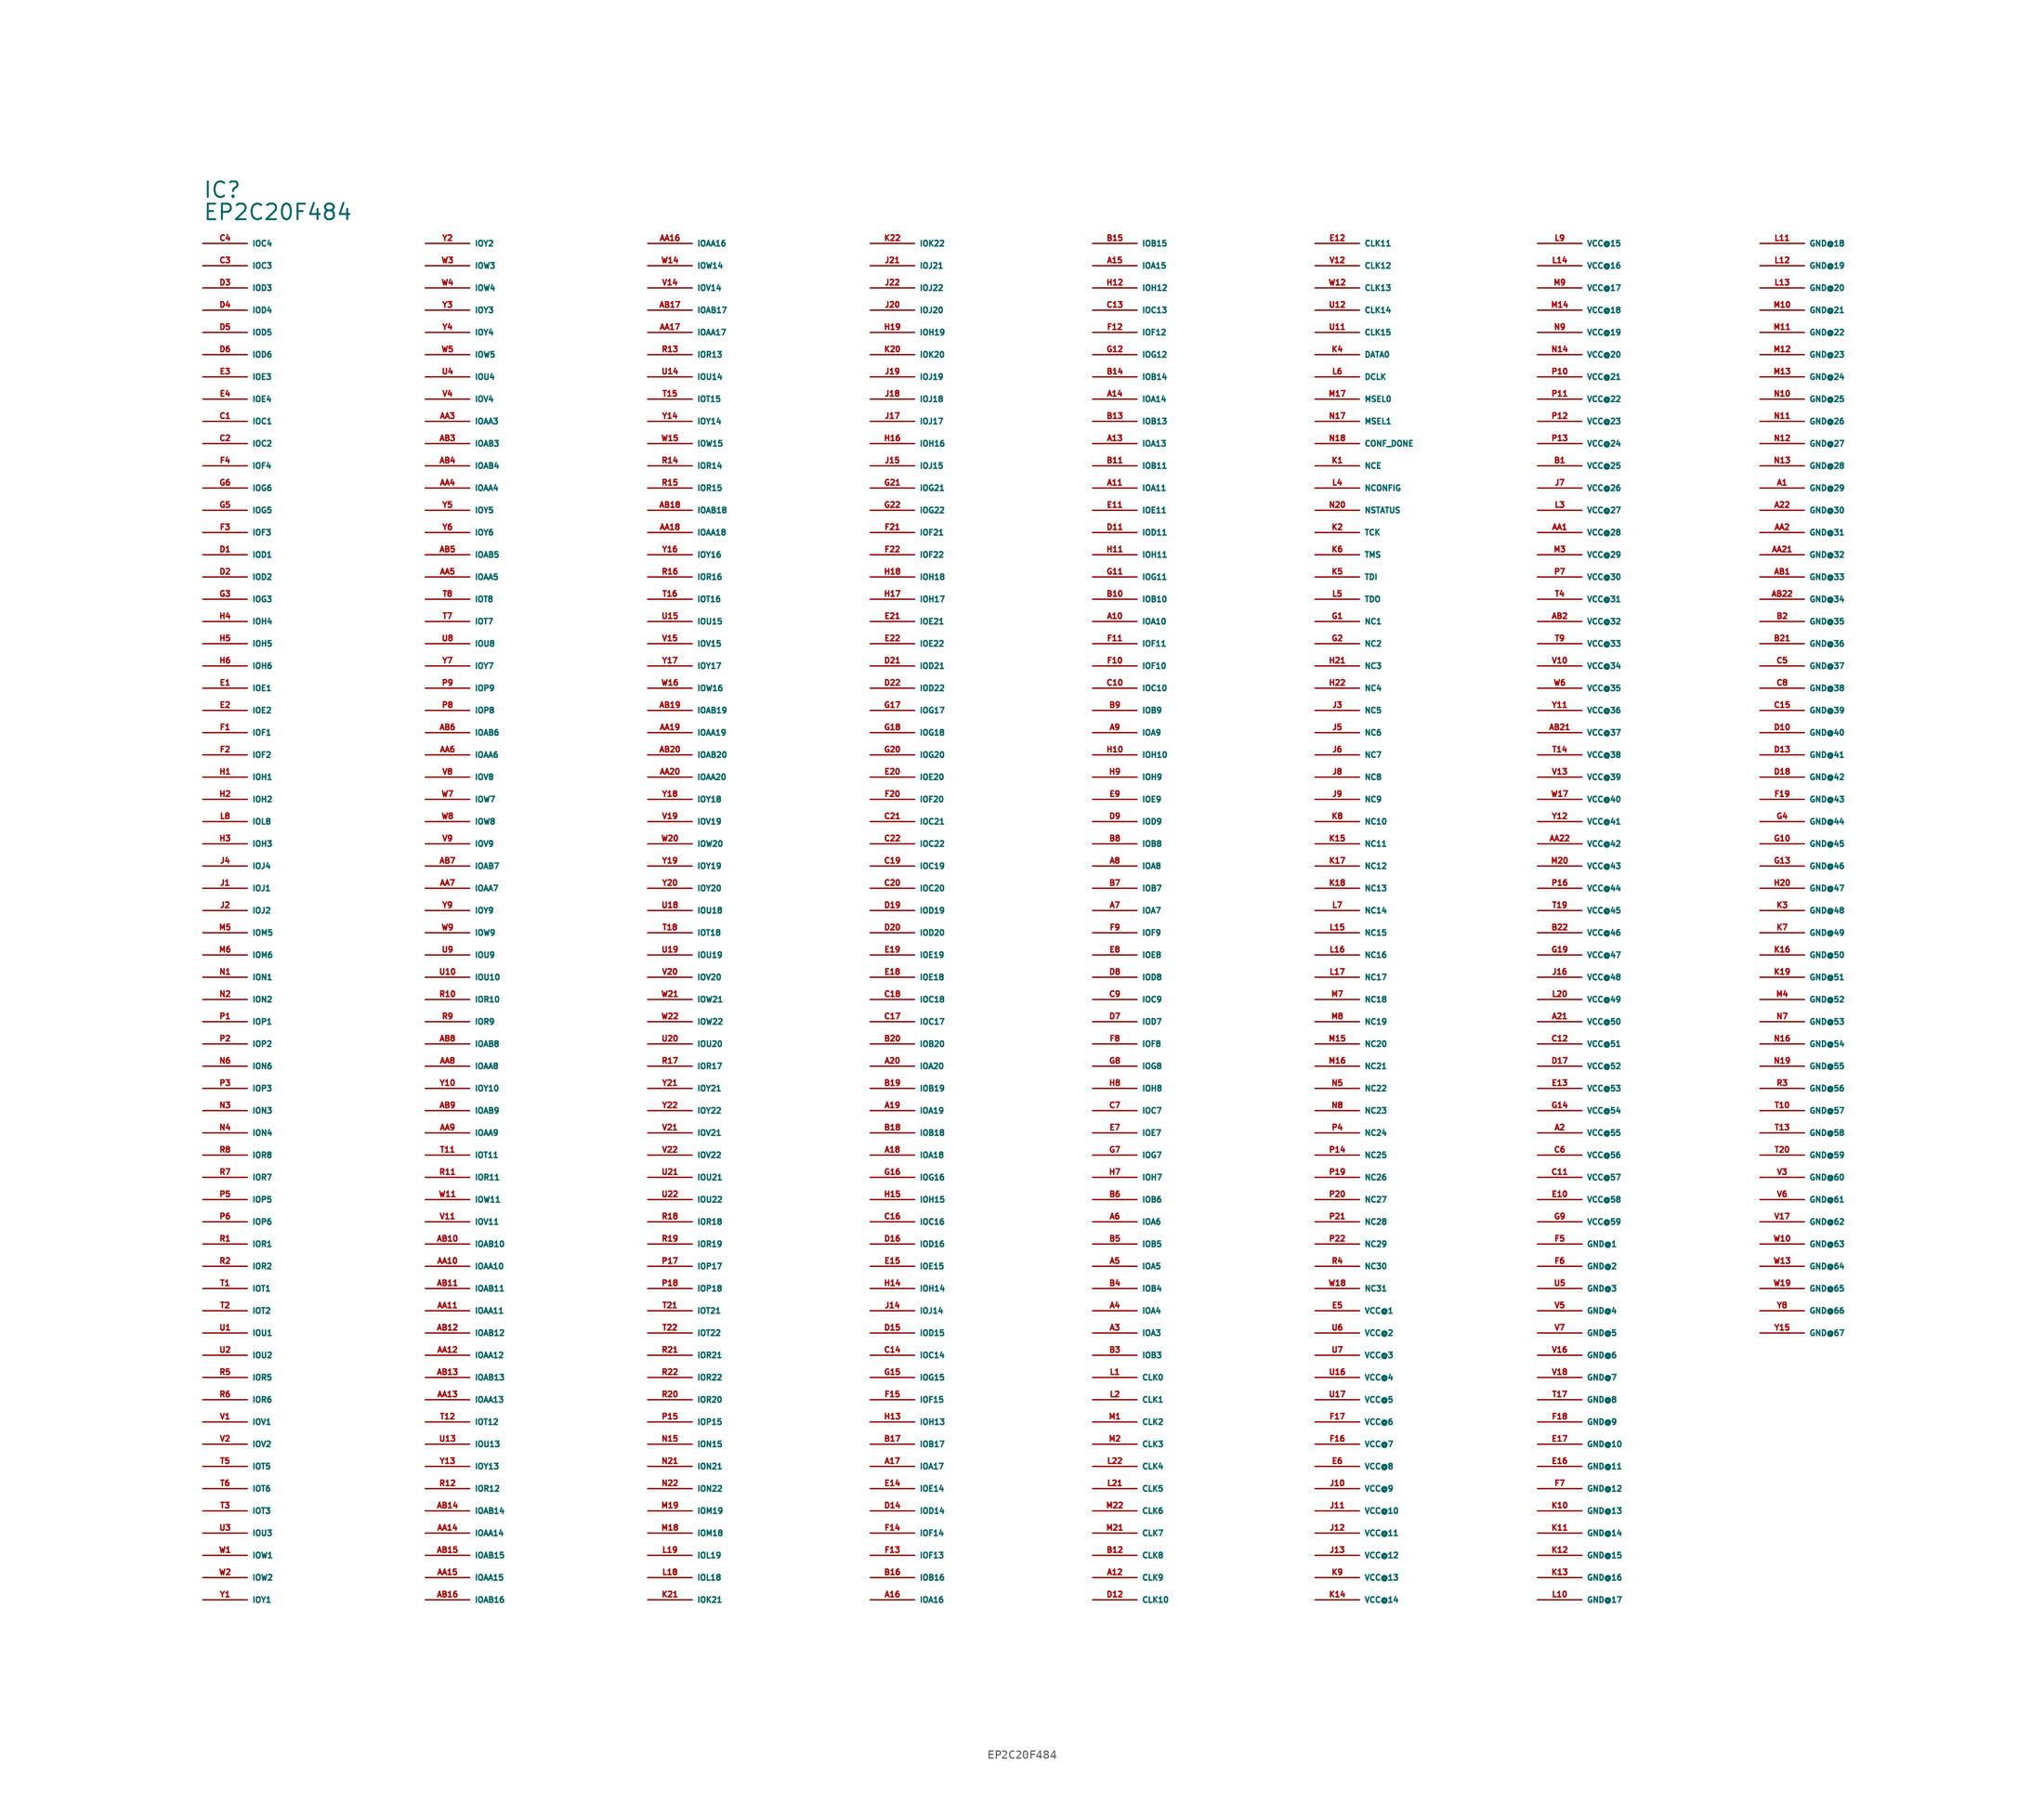
<source format=kicad_sym>
(kicad_symbol_lib
  (version 20220914)
  (generator Eagle2Kicad)
  (symbol "EP2C20F484"
    (property "Reference" "IC"
      (at -81.28 86.36 0)
      (effects (font (size 1.778 1.778) (thickness 0.22)) (justify left bottom)))
    (property "Value" "EP2C20F484"
      (at -81.28 83.82 0)
      (effects (font (size 1.778 1.778) (thickness 0.22)) (justify left bottom)))
    (pin output line
      (at -81.28 81.28 0)
      (length 5.08)
      (name "IOC4" (effects (font (size 0.635 0.635) (thickness 0.08)) (justify left bottom)))
      (number "C4" (effects (font (size 0.635 0.635) (thickness 0.08)) (justify left bottom))))
    (pin output line
      (at -81.28 78.74 0)
      (length 5.08)
      (name "IOC3" (effects (font (size 0.635 0.635) (thickness 0.08)) (justify left bottom)))
      (number "C3" (effects (font (size 0.635 0.635) (thickness 0.08)) (justify left bottom))))
    (pin bidirectional line
      (at -81.28 76.2 0)
      (length 5.08)
      (name "IOD3" (effects (font (size 0.635 0.635) (thickness 0.08)) (justify left bottom)))
      (number "D3" (effects (font (size 0.635 0.635) (thickness 0.08)) (justify left bottom))))
    (pin bidirectional line
      (at -81.28 73.66 0)
      (length 5.08)
      (name "IOD4" (effects (font (size 0.635 0.635) (thickness 0.08)) (justify left bottom)))
      (number "D4" (effects (font (size 0.635 0.635) (thickness 0.08)) (justify left bottom))))
    (pin bidirectional line
      (at -81.28 71.12 0)
      (length 5.08)
      (name "IOD5" (effects (font (size 0.635 0.635) (thickness 0.08)) (justify left bottom)))
      (number "D5" (effects (font (size 0.635 0.635) (thickness 0.08)) (justify left bottom))))
    (pin bidirectional line
      (at -81.28 68.58 0)
      (length 5.08)
      (name "IOD6" (effects (font (size 0.635 0.635) (thickness 0.08)) (justify left bottom)))
      (number "D6" (effects (font (size 0.635 0.635) (thickness 0.08)) (justify left bottom))))
    (pin bidirectional line
      (at -81.28 66.04 0)
      (length 5.08)
      (name "IOE3" (effects (font (size 0.635 0.635) (thickness 0.08)) (justify left bottom)))
      (number "E3" (effects (font (size 0.635 0.635) (thickness 0.08)) (justify left bottom))))
    (pin bidirectional line
      (at -81.28 63.5 0)
      (length 5.08)
      (name "IOE4" (effects (font (size 0.635 0.635) (thickness 0.08)) (justify left bottom)))
      (number "E4" (effects (font (size 0.635 0.635) (thickness 0.08)) (justify left bottom))))
    (pin bidirectional line
      (at -81.28 60.96 0)
      (length 5.08)
      (name "IOC1" (effects (font (size 0.635 0.635) (thickness 0.08)) (justify left bottom)))
      (number "C1" (effects (font (size 0.635 0.635) (thickness 0.08)) (justify left bottom))))
    (pin bidirectional line
      (at -81.28 58.42 0)
      (length 5.08)
      (name "IOC2" (effects (font (size 0.635 0.635) (thickness 0.08)) (justify left bottom)))
      (number "C2" (effects (font (size 0.635 0.635) (thickness 0.08)) (justify left bottom))))
    (pin bidirectional line
      (at -81.28 55.88 0)
      (length 5.08)
      (name "IOF4" (effects (font (size 0.635 0.635) (thickness 0.08)) (justify left bottom)))
      (number "F4" (effects (font (size 0.635 0.635) (thickness 0.08)) (justify left bottom))))
    (pin bidirectional line
      (at -81.28 53.34 0)
      (length 5.08)
      (name "IOG6" (effects (font (size 0.635 0.635) (thickness 0.08)) (justify left bottom)))
      (number "G6" (effects (font (size 0.635 0.635) (thickness 0.08)) (justify left bottom))))
    (pin bidirectional line
      (at -81.28 50.8 0)
      (length 5.08)
      (name "IOG5" (effects (font (size 0.635 0.635) (thickness 0.08)) (justify left bottom)))
      (number "G5" (effects (font (size 0.635 0.635) (thickness 0.08)) (justify left bottom))))
    (pin bidirectional line
      (at -81.28 48.26 0)
      (length 5.08)
      (name "IOF3" (effects (font (size 0.635 0.635) (thickness 0.08)) (justify left bottom)))
      (number "F3" (effects (font (size 0.635 0.635) (thickness 0.08)) (justify left bottom))))
    (pin bidirectional line
      (at -81.28 45.72 0)
      (length 5.08)
      (name "IOD1" (effects (font (size 0.635 0.635) (thickness 0.08)) (justify left bottom)))
      (number "D1" (effects (font (size 0.635 0.635) (thickness 0.08)) (justify left bottom))))
    (pin bidirectional line
      (at -81.28 43.18 0)
      (length 5.08)
      (name "IOD2" (effects (font (size 0.635 0.635) (thickness 0.08)) (justify left bottom)))
      (number "D2" (effects (font (size 0.635 0.635) (thickness 0.08)) (justify left bottom))))
    (pin bidirectional line
      (at -81.28 40.64 0)
      (length 5.08)
      (name "IOG3" (effects (font (size 0.635 0.635) (thickness 0.08)) (justify left bottom)))
      (number "G3" (effects (font (size 0.635 0.635) (thickness 0.08)) (justify left bottom))))
    (pin bidirectional line
      (at -81.28 38.1 0)
      (length 5.08)
      (name "IOH4" (effects (font (size 0.635 0.635) (thickness 0.08)) (justify left bottom)))
      (number "H4" (effects (font (size 0.635 0.635) (thickness 0.08)) (justify left bottom))))
    (pin bidirectional line
      (at -81.28 35.56 0)
      (length 5.08)
      (name "IOH5" (effects (font (size 0.635 0.635) (thickness 0.08)) (justify left bottom)))
      (number "H5" (effects (font (size 0.635 0.635) (thickness 0.08)) (justify left bottom))))
    (pin bidirectional line
      (at -81.28 33.02 0)
      (length 5.08)
      (name "IOH6" (effects (font (size 0.635 0.635) (thickness 0.08)) (justify left bottom)))
      (number "H6" (effects (font (size 0.635 0.635) (thickness 0.08)) (justify left bottom))))
    (pin bidirectional line
      (at -81.28 30.48 0)
      (length 5.08)
      (name "IOE1" (effects (font (size 0.635 0.635) (thickness 0.08)) (justify left bottom)))
      (number "E1" (effects (font (size 0.635 0.635) (thickness 0.08)) (justify left bottom))))
    (pin bidirectional line
      (at -81.28 27.94 0)
      (length 5.08)
      (name "IOE2" (effects (font (size 0.635 0.635) (thickness 0.08)) (justify left bottom)))
      (number "E2" (effects (font (size 0.635 0.635) (thickness 0.08)) (justify left bottom))))
    (pin bidirectional line
      (at -81.28 25.4 0)
      (length 5.08)
      (name "IOF1" (effects (font (size 0.635 0.635) (thickness 0.08)) (justify left bottom)))
      (number "F1" (effects (font (size 0.635 0.635) (thickness 0.08)) (justify left bottom))))
    (pin bidirectional line
      (at -81.28 22.86 0)
      (length 5.08)
      (name "IOF2" (effects (font (size 0.635 0.635) (thickness 0.08)) (justify left bottom)))
      (number "F2" (effects (font (size 0.635 0.635) (thickness 0.08)) (justify left bottom))))
    (pin bidirectional line
      (at -81.28 20.32 0)
      (length 5.08)
      (name "IOH1" (effects (font (size 0.635 0.635) (thickness 0.08)) (justify left bottom)))
      (number "H1" (effects (font (size 0.635 0.635) (thickness 0.08)) (justify left bottom))))
    (pin bidirectional line
      (at -81.28 17.78 0)
      (length 5.08)
      (name "IOH2" (effects (font (size 0.635 0.635) (thickness 0.08)) (justify left bottom)))
      (number "H2" (effects (font (size 0.635 0.635) (thickness 0.08)) (justify left bottom))))
    (pin bidirectional line
      (at -81.28 15.24 0)
      (length 5.08)
      (name "IOL8" (effects (font (size 0.635 0.635) (thickness 0.08)) (justify left bottom)))
      (number "L8" (effects (font (size 0.635 0.635) (thickness 0.08)) (justify left bottom))))
    (pin bidirectional line
      (at -81.28 12.7 0)
      (length 5.08)
      (name "IOH3" (effects (font (size 0.635 0.635) (thickness 0.08)) (justify left bottom)))
      (number "H3" (effects (font (size 0.635 0.635) (thickness 0.08)) (justify left bottom))))
    (pin bidirectional line
      (at -81.28 10.16 0)
      (length 5.08)
      (name "IOJ4" (effects (font (size 0.635 0.635) (thickness 0.08)) (justify left bottom)))
      (number "J4" (effects (font (size 0.635 0.635) (thickness 0.08)) (justify left bottom))))
    (pin bidirectional line
      (at -81.28 7.62 0)
      (length 5.08)
      (name "IOJ1" (effects (font (size 0.635 0.635) (thickness 0.08)) (justify left bottom)))
      (number "J1" (effects (font (size 0.635 0.635) (thickness 0.08)) (justify left bottom))))
    (pin bidirectional line
      (at -81.28 5.08 0)
      (length 5.08)
      (name "IOJ2" (effects (font (size 0.635 0.635) (thickness 0.08)) (justify left bottom)))
      (number "J2" (effects (font (size 0.635 0.635) (thickness 0.08)) (justify left bottom))))
    (pin bidirectional line
      (at -81.28 2.54 0)
      (length 5.08)
      (name "IOM5" (effects (font (size 0.635 0.635) (thickness 0.08)) (justify left bottom)))
      (number "M5" (effects (font (size 0.635 0.635) (thickness 0.08)) (justify left bottom))))
    (pin bidirectional line
      (at -81.28 0 0)
      (length 5.08)
      (name "IOM6" (effects (font (size 0.635 0.635) (thickness 0.08)) (justify left bottom)))
      (number "M6" (effects (font (size 0.635 0.635) (thickness 0.08)) (justify left bottom))))
    (pin bidirectional line
      (at -81.28 -2.54 0)
      (length 5.08)
      (name "ION1" (effects (font (size 0.635 0.635) (thickness 0.08)) (justify left bottom)))
      (number "N1" (effects (font (size 0.635 0.635) (thickness 0.08)) (justify left bottom))))
    (pin bidirectional line
      (at -81.28 -5.08 0)
      (length 5.08)
      (name "ION2" (effects (font (size 0.635 0.635) (thickness 0.08)) (justify left bottom)))
      (number "N2" (effects (font (size 0.635 0.635) (thickness 0.08)) (justify left bottom))))
    (pin bidirectional line
      (at -81.28 -7.62 0)
      (length 5.08)
      (name "IOP1" (effects (font (size 0.635 0.635) (thickness 0.08)) (justify left bottom)))
      (number "P1" (effects (font (size 0.635 0.635) (thickness 0.08)) (justify left bottom))))
    (pin bidirectional line
      (at -81.28 -10.16 0)
      (length 5.08)
      (name "IOP2" (effects (font (size 0.635 0.635) (thickness 0.08)) (justify left bottom)))
      (number "P2" (effects (font (size 0.635 0.635) (thickness 0.08)) (justify left bottom))))
    (pin bidirectional line
      (at -81.28 -12.7 0)
      (length 5.08)
      (name "ION6" (effects (font (size 0.635 0.635) (thickness 0.08)) (justify left bottom)))
      (number "N6" (effects (font (size 0.635 0.635) (thickness 0.08)) (justify left bottom))))
    (pin bidirectional line
      (at -81.28 -15.24 0)
      (length 5.08)
      (name "IOP3" (effects (font (size 0.635 0.635) (thickness 0.08)) (justify left bottom)))
      (number "P3" (effects (font (size 0.635 0.635) (thickness 0.08)) (justify left bottom))))
    (pin bidirectional line
      (at -81.28 -17.78 0)
      (length 5.08)
      (name "ION3" (effects (font (size 0.635 0.635) (thickness 0.08)) (justify left bottom)))
      (number "N3" (effects (font (size 0.635 0.635) (thickness 0.08)) (justify left bottom))))
    (pin bidirectional line
      (at -81.28 -20.32 0)
      (length 5.08)
      (name "ION4" (effects (font (size 0.635 0.635) (thickness 0.08)) (justify left bottom)))
      (number "N4" (effects (font (size 0.635 0.635) (thickness 0.08)) (justify left bottom))))
    (pin bidirectional line
      (at -81.28 -22.86 0)
      (length 5.08)
      (name "IOR8" (effects (font (size 0.635 0.635) (thickness 0.08)) (justify left bottom)))
      (number "R8" (effects (font (size 0.635 0.635) (thickness 0.08)) (justify left bottom))))
    (pin bidirectional line
      (at -81.28 -25.4 0)
      (length 5.08)
      (name "IOR7" (effects (font (size 0.635 0.635) (thickness 0.08)) (justify left bottom)))
      (number "R7" (effects (font (size 0.635 0.635) (thickness 0.08)) (justify left bottom))))
    (pin bidirectional line
      (at -81.28 -27.94 0)
      (length 5.08)
      (name "IOP5" (effects (font (size 0.635 0.635) (thickness 0.08)) (justify left bottom)))
      (number "P5" (effects (font (size 0.635 0.635) (thickness 0.08)) (justify left bottom))))
    (pin bidirectional line
      (at -81.28 -30.48 0)
      (length 5.08)
      (name "IOP6" (effects (font (size 0.635 0.635) (thickness 0.08)) (justify left bottom)))
      (number "P6" (effects (font (size 0.635 0.635) (thickness 0.08)) (justify left bottom))))
    (pin bidirectional line
      (at -81.28 -33.02 0)
      (length 5.08)
      (name "IOR1" (effects (font (size 0.635 0.635) (thickness 0.08)) (justify left bottom)))
      (number "R1" (effects (font (size 0.635 0.635) (thickness 0.08)) (justify left bottom))))
    (pin bidirectional line
      (at -81.28 -35.56 0)
      (length 5.08)
      (name "IOR2" (effects (font (size 0.635 0.635) (thickness 0.08)) (justify left bottom)))
      (number "R2" (effects (font (size 0.635 0.635) (thickness 0.08)) (justify left bottom))))
    (pin bidirectional line
      (at -81.28 -38.1 0)
      (length 5.08)
      (name "IOT1" (effects (font (size 0.635 0.635) (thickness 0.08)) (justify left bottom)))
      (number "T1" (effects (font (size 0.635 0.635) (thickness 0.08)) (justify left bottom))))
    (pin bidirectional line
      (at -81.28 -40.64 0)
      (length 5.08)
      (name "IOT2" (effects (font (size 0.635 0.635) (thickness 0.08)) (justify left bottom)))
      (number "T2" (effects (font (size 0.635 0.635) (thickness 0.08)) (justify left bottom))))
    (pin bidirectional line
      (at -81.28 -43.18 0)
      (length 5.08)
      (name "IOU1" (effects (font (size 0.635 0.635) (thickness 0.08)) (justify left bottom)))
      (number "U1" (effects (font (size 0.635 0.635) (thickness 0.08)) (justify left bottom))))
    (pin bidirectional line
      (at -81.28 -45.72 0)
      (length 5.08)
      (name "IOU2" (effects (font (size 0.635 0.635) (thickness 0.08)) (justify left bottom)))
      (number "U2" (effects (font (size 0.635 0.635) (thickness 0.08)) (justify left bottom))))
    (pin bidirectional line
      (at -81.28 -48.26 0)
      (length 5.08)
      (name "IOR5" (effects (font (size 0.635 0.635) (thickness 0.08)) (justify left bottom)))
      (number "R5" (effects (font (size 0.635 0.635) (thickness 0.08)) (justify left bottom))))
    (pin bidirectional line
      (at -81.28 -50.8 0)
      (length 5.08)
      (name "IOR6" (effects (font (size 0.635 0.635) (thickness 0.08)) (justify left bottom)))
      (number "R6" (effects (font (size 0.635 0.635) (thickness 0.08)) (justify left bottom))))
    (pin bidirectional line
      (at -81.28 -53.34 0)
      (length 5.08)
      (name "IOV1" (effects (font (size 0.635 0.635) (thickness 0.08)) (justify left bottom)))
      (number "V1" (effects (font (size 0.635 0.635) (thickness 0.08)) (justify left bottom))))
    (pin bidirectional line
      (at -81.28 -55.88 0)
      (length 5.08)
      (name "IOV2" (effects (font (size 0.635 0.635) (thickness 0.08)) (justify left bottom)))
      (number "V2" (effects (font (size 0.635 0.635) (thickness 0.08)) (justify left bottom))))
    (pin bidirectional line
      (at -81.28 -58.42 0)
      (length 5.08)
      (name "IOT5" (effects (font (size 0.635 0.635) (thickness 0.08)) (justify left bottom)))
      (number "T5" (effects (font (size 0.635 0.635) (thickness 0.08)) (justify left bottom))))
    (pin bidirectional line
      (at -81.28 -60.96 0)
      (length 5.08)
      (name "IOT6" (effects (font (size 0.635 0.635) (thickness 0.08)) (justify left bottom)))
      (number "T6" (effects (font (size 0.635 0.635) (thickness 0.08)) (justify left bottom))))
    (pin bidirectional line
      (at -81.28 -63.5 0)
      (length 5.08)
      (name "IOT3" (effects (font (size 0.635 0.635) (thickness 0.08)) (justify left bottom)))
      (number "T3" (effects (font (size 0.635 0.635) (thickness 0.08)) (justify left bottom))))
    (pin bidirectional line
      (at -81.28 -66.04 0)
      (length 5.08)
      (name "IOU3" (effects (font (size 0.635 0.635) (thickness 0.08)) (justify left bottom)))
      (number "U3" (effects (font (size 0.635 0.635) (thickness 0.08)) (justify left bottom))))
    (pin bidirectional line
      (at -81.28 -68.58 0)
      (length 5.08)
      (name "IOW1" (effects (font (size 0.635 0.635) (thickness 0.08)) (justify left bottom)))
      (number "W1" (effects (font (size 0.635 0.635) (thickness 0.08)) (justify left bottom))))
    (pin bidirectional line
      (at -81.28 -71.12 0)
      (length 5.08)
      (name "IOW2" (effects (font (size 0.635 0.635) (thickness 0.08)) (justify left bottom)))
      (number "W2" (effects (font (size 0.635 0.635) (thickness 0.08)) (justify left bottom))))
    (pin bidirectional line
      (at -81.28 -73.66 0)
      (length 5.08)
      (name "IOY1" (effects (font (size 0.635 0.635) (thickness 0.08)) (justify left bottom)))
      (number "Y1" (effects (font (size 0.635 0.635) (thickness 0.08)) (justify left bottom))))
    (pin bidirectional line
      (at -55.88 81.28 0)
      (length 5.08)
      (name "IOY2" (effects (font (size 0.635 0.635) (thickness 0.08)) (justify left bottom)))
      (number "Y2" (effects (font (size 0.635 0.635) (thickness 0.08)) (justify left bottom))))
    (pin bidirectional line
      (at -55.88 78.74 0)
      (length 5.08)
      (name "IOW3" (effects (font (size 0.635 0.635) (thickness 0.08)) (justify left bottom)))
      (number "W3" (effects (font (size 0.635 0.635) (thickness 0.08)) (justify left bottom))))
    (pin bidirectional line
      (at -55.88 76.2 0)
      (length 5.08)
      (name "IOW4" (effects (font (size 0.635 0.635) (thickness 0.08)) (justify left bottom)))
      (number "W4" (effects (font (size 0.635 0.635) (thickness 0.08)) (justify left bottom))))
    (pin bidirectional line
      (at -55.88 73.66 0)
      (length 5.08)
      (name "IOY3" (effects (font (size 0.635 0.635) (thickness 0.08)) (justify left bottom)))
      (number "Y3" (effects (font (size 0.635 0.635) (thickness 0.08)) (justify left bottom))))
    (pin bidirectional line
      (at -55.88 71.12 0)
      (length 5.08)
      (name "IOY4" (effects (font (size 0.635 0.635) (thickness 0.08)) (justify left bottom)))
      (number "Y4" (effects (font (size 0.635 0.635) (thickness 0.08)) (justify left bottom))))
    (pin bidirectional line
      (at -55.88 68.58 0)
      (length 5.08)
      (name "IOW5" (effects (font (size 0.635 0.635) (thickness 0.08)) (justify left bottom)))
      (number "W5" (effects (font (size 0.635 0.635) (thickness 0.08)) (justify left bottom))))
    (pin bidirectional line
      (at -55.88 66.04 0)
      (length 5.08)
      (name "IOU4" (effects (font (size 0.635 0.635) (thickness 0.08)) (justify left bottom)))
      (number "U4" (effects (font (size 0.635 0.635) (thickness 0.08)) (justify left bottom))))
    (pin bidirectional line
      (at -55.88 63.5 0)
      (length 5.08)
      (name "IOV4" (effects (font (size 0.635 0.635) (thickness 0.08)) (justify left bottom)))
      (number "V4" (effects (font (size 0.635 0.635) (thickness 0.08)) (justify left bottom))))
    (pin bidirectional line
      (at -55.88 60.96 0)
      (length 5.08)
      (name "IOAA3" (effects (font (size 0.635 0.635) (thickness 0.08)) (justify left bottom)))
      (number "AA3" (effects (font (size 0.635 0.635) (thickness 0.08)) (justify left bottom))))
    (pin bidirectional line
      (at -55.88 58.42 0)
      (length 5.08)
      (name "IOAB3" (effects (font (size 0.635 0.635) (thickness 0.08)) (justify left bottom)))
      (number "AB3" (effects (font (size 0.635 0.635) (thickness 0.08)) (justify left bottom))))
    (pin bidirectional line
      (at -55.88 55.88 0)
      (length 5.08)
      (name "IOAB4" (effects (font (size 0.635 0.635) (thickness 0.08)) (justify left bottom)))
      (number "AB4" (effects (font (size 0.635 0.635) (thickness 0.08)) (justify left bottom))))
    (pin bidirectional line
      (at -55.88 53.34 0)
      (length 5.08)
      (name "IOAA4" (effects (font (size 0.635 0.635) (thickness 0.08)) (justify left bottom)))
      (number "AA4" (effects (font (size 0.635 0.635) (thickness 0.08)) (justify left bottom))))
    (pin bidirectional line
      (at -55.88 50.8 0)
      (length 5.08)
      (name "IOY5" (effects (font (size 0.635 0.635) (thickness 0.08)) (justify left bottom)))
      (number "Y5" (effects (font (size 0.635 0.635) (thickness 0.08)) (justify left bottom))))
    (pin bidirectional line
      (at -55.88 48.26 0)
      (length 5.08)
      (name "IOY6" (effects (font (size 0.635 0.635) (thickness 0.08)) (justify left bottom)))
      (number "Y6" (effects (font (size 0.635 0.635) (thickness 0.08)) (justify left bottom))))
    (pin bidirectional line
      (at -55.88 45.72 0)
      (length 5.08)
      (name "IOAB5" (effects (font (size 0.635 0.635) (thickness 0.08)) (justify left bottom)))
      (number "AB5" (effects (font (size 0.635 0.635) (thickness 0.08)) (justify left bottom))))
    (pin bidirectional line
      (at -55.88 43.18 0)
      (length 5.08)
      (name "IOAA5" (effects (font (size 0.635 0.635) (thickness 0.08)) (justify left bottom)))
      (number "AA5" (effects (font (size 0.635 0.635) (thickness 0.08)) (justify left bottom))))
    (pin bidirectional line
      (at -55.88 40.64 0)
      (length 5.08)
      (name "IOT8" (effects (font (size 0.635 0.635) (thickness 0.08)) (justify left bottom)))
      (number "T8" (effects (font (size 0.635 0.635) (thickness 0.08)) (justify left bottom))))
    (pin bidirectional line
      (at -55.88 38.1 0)
      (length 5.08)
      (name "IOT7" (effects (font (size 0.635 0.635) (thickness 0.08)) (justify left bottom)))
      (number "T7" (effects (font (size 0.635 0.635) (thickness 0.08)) (justify left bottom))))
    (pin bidirectional line
      (at -55.88 35.56 0)
      (length 5.08)
      (name "IOU8" (effects (font (size 0.635 0.635) (thickness 0.08)) (justify left bottom)))
      (number "U8" (effects (font (size 0.635 0.635) (thickness 0.08)) (justify left bottom))))
    (pin bidirectional line
      (at -55.88 33.02 0)
      (length 5.08)
      (name "IOY7" (effects (font (size 0.635 0.635) (thickness 0.08)) (justify left bottom)))
      (number "Y7" (effects (font (size 0.635 0.635) (thickness 0.08)) (justify left bottom))))
    (pin bidirectional line
      (at -55.88 30.48 0)
      (length 5.08)
      (name "IOP9" (effects (font (size 0.635 0.635) (thickness 0.08)) (justify left bottom)))
      (number "P9" (effects (font (size 0.635 0.635) (thickness 0.08)) (justify left bottom))))
    (pin bidirectional line
      (at -55.88 27.94 0)
      (length 5.08)
      (name "IOP8" (effects (font (size 0.635 0.635) (thickness 0.08)) (justify left bottom)))
      (number "P8" (effects (font (size 0.635 0.635) (thickness 0.08)) (justify left bottom))))
    (pin bidirectional line
      (at -55.88 25.4 0)
      (length 5.08)
      (name "IOAB6" (effects (font (size 0.635 0.635) (thickness 0.08)) (justify left bottom)))
      (number "AB6" (effects (font (size 0.635 0.635) (thickness 0.08)) (justify left bottom))))
    (pin bidirectional line
      (at -55.88 22.86 0)
      (length 5.08)
      (name "IOAA6" (effects (font (size 0.635 0.635) (thickness 0.08)) (justify left bottom)))
      (number "AA6" (effects (font (size 0.635 0.635) (thickness 0.08)) (justify left bottom))))
    (pin bidirectional line
      (at -55.88 20.32 0)
      (length 5.08)
      (name "IOV8" (effects (font (size 0.635 0.635) (thickness 0.08)) (justify left bottom)))
      (number "V8" (effects (font (size 0.635 0.635) (thickness 0.08)) (justify left bottom))))
    (pin bidirectional line
      (at -55.88 17.78 0)
      (length 5.08)
      (name "IOW7" (effects (font (size 0.635 0.635) (thickness 0.08)) (justify left bottom)))
      (number "W7" (effects (font (size 0.635 0.635) (thickness 0.08)) (justify left bottom))))
    (pin bidirectional line
      (at -55.88 15.24 0)
      (length 5.08)
      (name "IOW8" (effects (font (size 0.635 0.635) (thickness 0.08)) (justify left bottom)))
      (number "W8" (effects (font (size 0.635 0.635) (thickness 0.08)) (justify left bottom))))
    (pin bidirectional line
      (at -55.88 12.7 0)
      (length 5.08)
      (name "IOV9" (effects (font (size 0.635 0.635) (thickness 0.08)) (justify left bottom)))
      (number "V9" (effects (font (size 0.635 0.635) (thickness 0.08)) (justify left bottom))))
    (pin bidirectional line
      (at -55.88 10.16 0)
      (length 5.08)
      (name "IOAB7" (effects (font (size 0.635 0.635) (thickness 0.08)) (justify left bottom)))
      (number "AB7" (effects (font (size 0.635 0.635) (thickness 0.08)) (justify left bottom))))
    (pin bidirectional line
      (at -55.88 7.62 0)
      (length 5.08)
      (name "IOAA7" (effects (font (size 0.635 0.635) (thickness 0.08)) (justify left bottom)))
      (number "AA7" (effects (font (size 0.635 0.635) (thickness 0.08)) (justify left bottom))))
    (pin bidirectional line
      (at -55.88 5.08 0)
      (length 5.08)
      (name "IOY9" (effects (font (size 0.635 0.635) (thickness 0.08)) (justify left bottom)))
      (number "Y9" (effects (font (size 0.635 0.635) (thickness 0.08)) (justify left bottom))))
    (pin bidirectional line
      (at -55.88 2.54 0)
      (length 5.08)
      (name "IOW9" (effects (font (size 0.635 0.635) (thickness 0.08)) (justify left bottom)))
      (number "W9" (effects (font (size 0.635 0.635) (thickness 0.08)) (justify left bottom))))
    (pin bidirectional line
      (at -55.88 0 0)
      (length 5.08)
      (name "IOU9" (effects (font (size 0.635 0.635) (thickness 0.08)) (justify left bottom)))
      (number "U9" (effects (font (size 0.635 0.635) (thickness 0.08)) (justify left bottom))))
    (pin bidirectional line
      (at -55.88 -2.54 0)
      (length 5.08)
      (name "IOU10" (effects (font (size 0.635 0.635) (thickness 0.08)) (justify left bottom)))
      (number "U10" (effects (font (size 0.635 0.635) (thickness 0.08)) (justify left bottom))))
    (pin bidirectional line
      (at -55.88 -5.08 0)
      (length 5.08)
      (name "IOR10" (effects (font (size 0.635 0.635) (thickness 0.08)) (justify left bottom)))
      (number "R10" (effects (font (size 0.635 0.635) (thickness 0.08)) (justify left bottom))))
    (pin bidirectional line
      (at -55.88 -7.62 0)
      (length 5.08)
      (name "IOR9" (effects (font (size 0.635 0.635) (thickness 0.08)) (justify left bottom)))
      (number "R9" (effects (font (size 0.635 0.635) (thickness 0.08)) (justify left bottom))))
    (pin bidirectional line
      (at -55.88 -10.16 0)
      (length 5.08)
      (name "IOAB8" (effects (font (size 0.635 0.635) (thickness 0.08)) (justify left bottom)))
      (number "AB8" (effects (font (size 0.635 0.635) (thickness 0.08)) (justify left bottom))))
    (pin bidirectional line
      (at -55.88 -12.7 0)
      (length 5.08)
      (name "IOAA8" (effects (font (size 0.635 0.635) (thickness 0.08)) (justify left bottom)))
      (number "AA8" (effects (font (size 0.635 0.635) (thickness 0.08)) (justify left bottom))))
    (pin bidirectional line
      (at -55.88 -15.24 0)
      (length 5.08)
      (name "IOY10" (effects (font (size 0.635 0.635) (thickness 0.08)) (justify left bottom)))
      (number "Y10" (effects (font (size 0.635 0.635) (thickness 0.08)) (justify left bottom))))
    (pin bidirectional line
      (at -55.88 -17.78 0)
      (length 5.08)
      (name "IOAB9" (effects (font (size 0.635 0.635) (thickness 0.08)) (justify left bottom)))
      (number "AB9" (effects (font (size 0.635 0.635) (thickness 0.08)) (justify left bottom))))
    (pin bidirectional line
      (at -55.88 -20.32 0)
      (length 5.08)
      (name "IOAA9" (effects (font (size 0.635 0.635) (thickness 0.08)) (justify left bottom)))
      (number "AA9" (effects (font (size 0.635 0.635) (thickness 0.08)) (justify left bottom))))
    (pin bidirectional line
      (at -55.88 -22.86 0)
      (length 5.08)
      (name "IOT11" (effects (font (size 0.635 0.635) (thickness 0.08)) (justify left bottom)))
      (number "T11" (effects (font (size 0.635 0.635) (thickness 0.08)) (justify left bottom))))
    (pin bidirectional line
      (at -55.88 -25.4 0)
      (length 5.08)
      (name "IOR11" (effects (font (size 0.635 0.635) (thickness 0.08)) (justify left bottom)))
      (number "R11" (effects (font (size 0.635 0.635) (thickness 0.08)) (justify left bottom))))
    (pin bidirectional line
      (at -55.88 -27.94 0)
      (length 5.08)
      (name "IOW11" (effects (font (size 0.635 0.635) (thickness 0.08)) (justify left bottom)))
      (number "W11" (effects (font (size 0.635 0.635) (thickness 0.08)) (justify left bottom))))
    (pin bidirectional line
      (at -55.88 -30.48 0)
      (length 5.08)
      (name "IOV11" (effects (font (size 0.635 0.635) (thickness 0.08)) (justify left bottom)))
      (number "V11" (effects (font (size 0.635 0.635) (thickness 0.08)) (justify left bottom))))
    (pin bidirectional line
      (at -55.88 -33.02 0)
      (length 5.08)
      (name "IOAB10" (effects (font (size 0.635 0.635) (thickness 0.08)) (justify left bottom)))
      (number "AB10" (effects (font (size 0.635 0.635) (thickness 0.08)) (justify left bottom))))
    (pin bidirectional line
      (at -55.88 -35.56 0)
      (length 5.08)
      (name "IOAA10" (effects (font (size 0.635 0.635) (thickness 0.08)) (justify left bottom)))
      (number "AA10" (effects (font (size 0.635 0.635) (thickness 0.08)) (justify left bottom))))
    (pin bidirectional line
      (at -55.88 -38.1 0)
      (length 5.08)
      (name "IOAB11" (effects (font (size 0.635 0.635) (thickness 0.08)) (justify left bottom)))
      (number "AB11" (effects (font (size 0.635 0.635) (thickness 0.08)) (justify left bottom))))
    (pin bidirectional line
      (at -55.88 -40.64 0)
      (length 5.08)
      (name "IOAA11" (effects (font (size 0.635 0.635) (thickness 0.08)) (justify left bottom)))
      (number "AA11" (effects (font (size 0.635 0.635) (thickness 0.08)) (justify left bottom))))
    (pin bidirectional line
      (at -55.88 -43.18 0)
      (length 5.08)
      (name "IOAB12" (effects (font (size 0.635 0.635) (thickness 0.08)) (justify left bottom)))
      (number "AB12" (effects (font (size 0.635 0.635) (thickness 0.08)) (justify left bottom))))
    (pin bidirectional line
      (at -55.88 -45.72 0)
      (length 5.08)
      (name "IOAA12" (effects (font (size 0.635 0.635) (thickness 0.08)) (justify left bottom)))
      (number "AA12" (effects (font (size 0.635 0.635) (thickness 0.08)) (justify left bottom))))
    (pin bidirectional line
      (at -55.88 -48.26 0)
      (length 5.08)
      (name "IOAB13" (effects (font (size 0.635 0.635) (thickness 0.08)) (justify left bottom)))
      (number "AB13" (effects (font (size 0.635 0.635) (thickness 0.08)) (justify left bottom))))
    (pin bidirectional line
      (at -55.88 -50.8 0)
      (length 5.08)
      (name "IOAA13" (effects (font (size 0.635 0.635) (thickness 0.08)) (justify left bottom)))
      (number "AA13" (effects (font (size 0.635 0.635) (thickness 0.08)) (justify left bottom))))
    (pin bidirectional line
      (at -55.88 -53.34 0)
      (length 5.08)
      (name "IOT12" (effects (font (size 0.635 0.635) (thickness 0.08)) (justify left bottom)))
      (number "T12" (effects (font (size 0.635 0.635) (thickness 0.08)) (justify left bottom))))
    (pin bidirectional line
      (at -55.88 -55.88 0)
      (length 5.08)
      (name "IOU13" (effects (font (size 0.635 0.635) (thickness 0.08)) (justify left bottom)))
      (number "U13" (effects (font (size 0.635 0.635) (thickness 0.08)) (justify left bottom))))
    (pin bidirectional line
      (at -55.88 -58.42 0)
      (length 5.08)
      (name "IOY13" (effects (font (size 0.635 0.635) (thickness 0.08)) (justify left bottom)))
      (number "Y13" (effects (font (size 0.635 0.635) (thickness 0.08)) (justify left bottom))))
    (pin bidirectional line
      (at -55.88 -60.96 0)
      (length 5.08)
      (name "IOR12" (effects (font (size 0.635 0.635) (thickness 0.08)) (justify left bottom)))
      (number "R12" (effects (font (size 0.635 0.635) (thickness 0.08)) (justify left bottom))))
    (pin bidirectional line
      (at -55.88 -63.5 0)
      (length 5.08)
      (name "IOAB14" (effects (font (size 0.635 0.635) (thickness 0.08)) (justify left bottom)))
      (number "AB14" (effects (font (size 0.635 0.635) (thickness 0.08)) (justify left bottom))))
    (pin bidirectional line
      (at -55.88 -66.04 0)
      (length 5.08)
      (name "IOAA14" (effects (font (size 0.635 0.635) (thickness 0.08)) (justify left bottom)))
      (number "AA14" (effects (font (size 0.635 0.635) (thickness 0.08)) (justify left bottom))))
    (pin bidirectional line
      (at -55.88 -68.58 0)
      (length 5.08)
      (name "IOAB15" (effects (font (size 0.635 0.635) (thickness 0.08)) (justify left bottom)))
      (number "AB15" (effects (font (size 0.635 0.635) (thickness 0.08)) (justify left bottom))))
    (pin bidirectional line
      (at -55.88 -71.12 0)
      (length 5.08)
      (name "IOAA15" (effects (font (size 0.635 0.635) (thickness 0.08)) (justify left bottom)))
      (number "AA15" (effects (font (size 0.635 0.635) (thickness 0.08)) (justify left bottom))))
    (pin bidirectional line
      (at -55.88 -73.66 0)
      (length 5.08)
      (name "IOAB16" (effects (font (size 0.635 0.635) (thickness 0.08)) (justify left bottom)))
      (number "AB16" (effects (font (size 0.635 0.635) (thickness 0.08)) (justify left bottom))))
    (pin bidirectional line
      (at -30.48 81.28 0)
      (length 5.08)
      (name "IOAA16" (effects (font (size 0.635 0.635) (thickness 0.08)) (justify left bottom)))
      (number "AA16" (effects (font (size 0.635 0.635) (thickness 0.08)) (justify left bottom))))
    (pin bidirectional line
      (at -30.48 78.74 0)
      (length 5.08)
      (name "IOW14" (effects (font (size 0.635 0.635) (thickness 0.08)) (justify left bottom)))
      (number "W14" (effects (font (size 0.635 0.635) (thickness 0.08)) (justify left bottom))))
    (pin bidirectional line
      (at -30.48 76.2 0)
      (length 5.08)
      (name "IOV14" (effects (font (size 0.635 0.635) (thickness 0.08)) (justify left bottom)))
      (number "V14" (effects (font (size 0.635 0.635) (thickness 0.08)) (justify left bottom))))
    (pin bidirectional line
      (at -30.48 73.66 0)
      (length 5.08)
      (name "IOAB17" (effects (font (size 0.635 0.635) (thickness 0.08)) (justify left bottom)))
      (number "AB17" (effects (font (size 0.635 0.635) (thickness 0.08)) (justify left bottom))))
    (pin bidirectional line
      (at -30.48 71.12 0)
      (length 5.08)
      (name "IOAA17" (effects (font (size 0.635 0.635) (thickness 0.08)) (justify left bottom)))
      (number "AA17" (effects (font (size 0.635 0.635) (thickness 0.08)) (justify left bottom))))
    (pin bidirectional line
      (at -30.48 68.58 0)
      (length 5.08)
      (name "IOR13" (effects (font (size 0.635 0.635) (thickness 0.08)) (justify left bottom)))
      (number "R13" (effects (font (size 0.635 0.635) (thickness 0.08)) (justify left bottom))))
    (pin bidirectional line
      (at -30.48 66.04 0)
      (length 5.08)
      (name "IOU14" (effects (font (size 0.635 0.635) (thickness 0.08)) (justify left bottom)))
      (number "U14" (effects (font (size 0.635 0.635) (thickness 0.08)) (justify left bottom))))
    (pin bidirectional line
      (at -30.48 63.5 0)
      (length 5.08)
      (name "IOT15" (effects (font (size 0.635 0.635) (thickness 0.08)) (justify left bottom)))
      (number "T15" (effects (font (size 0.635 0.635) (thickness 0.08)) (justify left bottom))))
    (pin bidirectional line
      (at -30.48 60.96 0)
      (length 5.08)
      (name "IOY14" (effects (font (size 0.635 0.635) (thickness 0.08)) (justify left bottom)))
      (number "Y14" (effects (font (size 0.635 0.635) (thickness 0.08)) (justify left bottom))))
    (pin bidirectional line
      (at -30.48 58.42 0)
      (length 5.08)
      (name "IOW15" (effects (font (size 0.635 0.635) (thickness 0.08)) (justify left bottom)))
      (number "W15" (effects (font (size 0.635 0.635) (thickness 0.08)) (justify left bottom))))
    (pin bidirectional line
      (at -30.48 55.88 0)
      (length 5.08)
      (name "IOR14" (effects (font (size 0.635 0.635) (thickness 0.08)) (justify left bottom)))
      (number "R14" (effects (font (size 0.635 0.635) (thickness 0.08)) (justify left bottom))))
    (pin bidirectional line
      (at -30.48 53.34 0)
      (length 5.08)
      (name "IOR15" (effects (font (size 0.635 0.635) (thickness 0.08)) (justify left bottom)))
      (number "R15" (effects (font (size 0.635 0.635) (thickness 0.08)) (justify left bottom))))
    (pin bidirectional line
      (at -30.48 50.8 0)
      (length 5.08)
      (name "IOAB18" (effects (font (size 0.635 0.635) (thickness 0.08)) (justify left bottom)))
      (number "AB18" (effects (font (size 0.635 0.635) (thickness 0.08)) (justify left bottom))))
    (pin bidirectional line
      (at -30.48 48.26 0)
      (length 5.08)
      (name "IOAA18" (effects (font (size 0.635 0.635) (thickness 0.08)) (justify left bottom)))
      (number "AA18" (effects (font (size 0.635 0.635) (thickness 0.08)) (justify left bottom))))
    (pin bidirectional line
      (at -30.48 45.72 0)
      (length 5.08)
      (name "IOY16" (effects (font (size 0.635 0.635) (thickness 0.08)) (justify left bottom)))
      (number "Y16" (effects (font (size 0.635 0.635) (thickness 0.08)) (justify left bottom))))
    (pin bidirectional line
      (at -30.48 43.18 0)
      (length 5.08)
      (name "IOR16" (effects (font (size 0.635 0.635) (thickness 0.08)) (justify left bottom)))
      (number "R16" (effects (font (size 0.635 0.635) (thickness 0.08)) (justify left bottom))))
    (pin bidirectional line
      (at -30.48 40.64 0)
      (length 5.08)
      (name "IOT16" (effects (font (size 0.635 0.635) (thickness 0.08)) (justify left bottom)))
      (number "T16" (effects (font (size 0.635 0.635) (thickness 0.08)) (justify left bottom))))
    (pin bidirectional line
      (at -30.48 38.1 0)
      (length 5.08)
      (name "IOU15" (effects (font (size 0.635 0.635) (thickness 0.08)) (justify left bottom)))
      (number "U15" (effects (font (size 0.635 0.635) (thickness 0.08)) (justify left bottom))))
    (pin bidirectional line
      (at -30.48 35.56 0)
      (length 5.08)
      (name "IOV15" (effects (font (size 0.635 0.635) (thickness 0.08)) (justify left bottom)))
      (number "V15" (effects (font (size 0.635 0.635) (thickness 0.08)) (justify left bottom))))
    (pin bidirectional line
      (at -30.48 33.02 0)
      (length 5.08)
      (name "IOY17" (effects (font (size 0.635 0.635) (thickness 0.08)) (justify left bottom)))
      (number "Y17" (effects (font (size 0.635 0.635) (thickness 0.08)) (justify left bottom))))
    (pin bidirectional line
      (at -30.48 30.48 0)
      (length 5.08)
      (name "IOW16" (effects (font (size 0.635 0.635) (thickness 0.08)) (justify left bottom)))
      (number "W16" (effects (font (size 0.635 0.635) (thickness 0.08)) (justify left bottom))))
    (pin bidirectional line
      (at -30.48 27.94 0)
      (length 5.08)
      (name "IOAB19" (effects (font (size 0.635 0.635) (thickness 0.08)) (justify left bottom)))
      (number "AB19" (effects (font (size 0.635 0.635) (thickness 0.08)) (justify left bottom))))
    (pin bidirectional line
      (at -30.48 25.4 0)
      (length 5.08)
      (name "IOAA19" (effects (font (size 0.635 0.635) (thickness 0.08)) (justify left bottom)))
      (number "AA19" (effects (font (size 0.635 0.635) (thickness 0.08)) (justify left bottom))))
    (pin bidirectional line
      (at -30.48 22.86 0)
      (length 5.08)
      (name "IOAB20" (effects (font (size 0.635 0.635) (thickness 0.08)) (justify left bottom)))
      (number "AB20" (effects (font (size 0.635 0.635) (thickness 0.08)) (justify left bottom))))
    (pin bidirectional line
      (at -30.48 20.32 0)
      (length 5.08)
      (name "IOAA20" (effects (font (size 0.635 0.635) (thickness 0.08)) (justify left bottom)))
      (number "AA20" (effects (font (size 0.635 0.635) (thickness 0.08)) (justify left bottom))))
    (pin bidirectional line
      (at -30.48 17.78 0)
      (length 5.08)
      (name "IOY18" (effects (font (size 0.635 0.635) (thickness 0.08)) (justify left bottom)))
      (number "Y18" (effects (font (size 0.635 0.635) (thickness 0.08)) (justify left bottom))))
    (pin bidirectional line
      (at -30.48 15.24 0)
      (length 5.08)
      (name "IOV19" (effects (font (size 0.635 0.635) (thickness 0.08)) (justify left bottom)))
      (number "V19" (effects (font (size 0.635 0.635) (thickness 0.08)) (justify left bottom))))
    (pin bidirectional line
      (at -30.48 12.7 0)
      (length 5.08)
      (name "IOW20" (effects (font (size 0.635 0.635) (thickness 0.08)) (justify left bottom)))
      (number "W20" (effects (font (size 0.635 0.635) (thickness 0.08)) (justify left bottom))))
    (pin bidirectional line
      (at -30.48 10.16 0)
      (length 5.08)
      (name "IOY19" (effects (font (size 0.635 0.635) (thickness 0.08)) (justify left bottom)))
      (number "Y19" (effects (font (size 0.635 0.635) (thickness 0.08)) (justify left bottom))))
    (pin bidirectional line
      (at -30.48 7.62 0)
      (length 5.08)
      (name "IOY20" (effects (font (size 0.635 0.635) (thickness 0.08)) (justify left bottom)))
      (number "Y20" (effects (font (size 0.635 0.635) (thickness 0.08)) (justify left bottom))))
    (pin bidirectional line
      (at -30.48 5.08 0)
      (length 5.08)
      (name "IOU18" (effects (font (size 0.635 0.635) (thickness 0.08)) (justify left bottom)))
      (number "U18" (effects (font (size 0.635 0.635) (thickness 0.08)) (justify left bottom))))
    (pin bidirectional line
      (at -30.48 2.54 0)
      (length 5.08)
      (name "IOT18" (effects (font (size 0.635 0.635) (thickness 0.08)) (justify left bottom)))
      (number "T18" (effects (font (size 0.635 0.635) (thickness 0.08)) (justify left bottom))))
    (pin bidirectional line
      (at -30.48 0 0)
      (length 5.08)
      (name "IOU19" (effects (font (size 0.635 0.635) (thickness 0.08)) (justify left bottom)))
      (number "U19" (effects (font (size 0.635 0.635) (thickness 0.08)) (justify left bottom))))
    (pin bidirectional line
      (at -30.48 -2.54 0)
      (length 5.08)
      (name "IOV20" (effects (font (size 0.635 0.635) (thickness 0.08)) (justify left bottom)))
      (number "V20" (effects (font (size 0.635 0.635) (thickness 0.08)) (justify left bottom))))
    (pin bidirectional line
      (at -30.48 -5.08 0)
      (length 5.08)
      (name "IOW21" (effects (font (size 0.635 0.635) (thickness 0.08)) (justify left bottom)))
      (number "W21" (effects (font (size 0.635 0.635) (thickness 0.08)) (justify left bottom))))
    (pin bidirectional line
      (at -30.48 -7.62 0)
      (length 5.08)
      (name "IOW22" (effects (font (size 0.635 0.635) (thickness 0.08)) (justify left bottom)))
      (number "W22" (effects (font (size 0.635 0.635) (thickness 0.08)) (justify left bottom))))
    (pin bidirectional line
      (at -30.48 -10.16 0)
      (length 5.08)
      (name "IOU20" (effects (font (size 0.635 0.635) (thickness 0.08)) (justify left bottom)))
      (number "U20" (effects (font (size 0.635 0.635) (thickness 0.08)) (justify left bottom))))
    (pin bidirectional line
      (at -30.48 -12.7 0)
      (length 5.08)
      (name "IOR17" (effects (font (size 0.635 0.635) (thickness 0.08)) (justify left bottom)))
      (number "R17" (effects (font (size 0.635 0.635) (thickness 0.08)) (justify left bottom))))
    (pin bidirectional line
      (at -30.48 -15.24 0)
      (length 5.08)
      (name "IOY21" (effects (font (size 0.635 0.635) (thickness 0.08)) (justify left bottom)))
      (number "Y21" (effects (font (size 0.635 0.635) (thickness 0.08)) (justify left bottom))))
    (pin bidirectional line
      (at -30.48 -17.78 0)
      (length 5.08)
      (name "IOY22" (effects (font (size 0.635 0.635) (thickness 0.08)) (justify left bottom)))
      (number "Y22" (effects (font (size 0.635 0.635) (thickness 0.08)) (justify left bottom))))
    (pin bidirectional line
      (at -30.48 -20.32 0)
      (length 5.08)
      (name "IOV21" (effects (font (size 0.635 0.635) (thickness 0.08)) (justify left bottom)))
      (number "V21" (effects (font (size 0.635 0.635) (thickness 0.08)) (justify left bottom))))
    (pin bidirectional line
      (at -30.48 -22.86 0)
      (length 5.08)
      (name "IOV22" (effects (font (size 0.635 0.635) (thickness 0.08)) (justify left bottom)))
      (number "V22" (effects (font (size 0.635 0.635) (thickness 0.08)) (justify left bottom))))
    (pin bidirectional line
      (at -30.48 -25.4 0)
      (length 5.08)
      (name "IOU21" (effects (font (size 0.635 0.635) (thickness 0.08)) (justify left bottom)))
      (number "U21" (effects (font (size 0.635 0.635) (thickness 0.08)) (justify left bottom))))
    (pin bidirectional line
      (at -30.48 -27.94 0)
      (length 5.08)
      (name "IOU22" (effects (font (size 0.635 0.635) (thickness 0.08)) (justify left bottom)))
      (number "U22" (effects (font (size 0.635 0.635) (thickness 0.08)) (justify left bottom))))
    (pin bidirectional line
      (at -30.48 -30.48 0)
      (length 5.08)
      (name "IOR18" (effects (font (size 0.635 0.635) (thickness 0.08)) (justify left bottom)))
      (number "R18" (effects (font (size 0.635 0.635) (thickness 0.08)) (justify left bottom))))
    (pin bidirectional line
      (at -30.48 -33.02 0)
      (length 5.08)
      (name "IOR19" (effects (font (size 0.635 0.635) (thickness 0.08)) (justify left bottom)))
      (number "R19" (effects (font (size 0.635 0.635) (thickness 0.08)) (justify left bottom))))
    (pin bidirectional line
      (at -30.48 -35.56 0)
      (length 5.08)
      (name "IOP17" (effects (font (size 0.635 0.635) (thickness 0.08)) (justify left bottom)))
      (number "P17" (effects (font (size 0.635 0.635) (thickness 0.08)) (justify left bottom))))
    (pin bidirectional line
      (at -30.48 -38.1 0)
      (length 5.08)
      (name "IOP18" (effects (font (size 0.635 0.635) (thickness 0.08)) (justify left bottom)))
      (number "P18" (effects (font (size 0.635 0.635) (thickness 0.08)) (justify left bottom))))
    (pin bidirectional line
      (at -30.48 -40.64 0)
      (length 5.08)
      (name "IOT21" (effects (font (size 0.635 0.635) (thickness 0.08)) (justify left bottom)))
      (number "T21" (effects (font (size 0.635 0.635) (thickness 0.08)) (justify left bottom))))
    (pin bidirectional line
      (at -30.48 -43.18 0)
      (length 5.08)
      (name "IOT22" (effects (font (size 0.635 0.635) (thickness 0.08)) (justify left bottom)))
      (number "T22" (effects (font (size 0.635 0.635) (thickness 0.08)) (justify left bottom))))
    (pin bidirectional line
      (at -30.48 -45.72 0)
      (length 5.08)
      (name "IOR21" (effects (font (size 0.635 0.635) (thickness 0.08)) (justify left bottom)))
      (number "R21" (effects (font (size 0.635 0.635) (thickness 0.08)) (justify left bottom))))
    (pin bidirectional line
      (at -30.48 -48.26 0)
      (length 5.08)
      (name "IOR22" (effects (font (size 0.635 0.635) (thickness 0.08)) (justify left bottom)))
      (number "R22" (effects (font (size 0.635 0.635) (thickness 0.08)) (justify left bottom))))
    (pin bidirectional line
      (at -30.48 -50.8 0)
      (length 5.08)
      (name "IOR20" (effects (font (size 0.635 0.635) (thickness 0.08)) (justify left bottom)))
      (number "R20" (effects (font (size 0.635 0.635) (thickness 0.08)) (justify left bottom))))
    (pin bidirectional line
      (at -30.48 -53.34 0)
      (length 5.08)
      (name "IOP15" (effects (font (size 0.635 0.635) (thickness 0.08)) (justify left bottom)))
      (number "P15" (effects (font (size 0.635 0.635) (thickness 0.08)) (justify left bottom))))
    (pin bidirectional line
      (at -30.48 -55.88 0)
      (length 5.08)
      (name "ION15" (effects (font (size 0.635 0.635) (thickness 0.08)) (justify left bottom)))
      (number "N15" (effects (font (size 0.635 0.635) (thickness 0.08)) (justify left bottom))))
    (pin bidirectional line
      (at -30.48 -58.42 0)
      (length 5.08)
      (name "ION21" (effects (font (size 0.635 0.635) (thickness 0.08)) (justify left bottom)))
      (number "N21" (effects (font (size 0.635 0.635) (thickness 0.08)) (justify left bottom))))
    (pin bidirectional line
      (at -30.48 -60.96 0)
      (length 5.08)
      (name "ION22" (effects (font (size 0.635 0.635) (thickness 0.08)) (justify left bottom)))
      (number "N22" (effects (font (size 0.635 0.635) (thickness 0.08)) (justify left bottom))))
    (pin bidirectional line
      (at -30.48 -63.5 0)
      (length 5.08)
      (name "IOM19" (effects (font (size 0.635 0.635) (thickness 0.08)) (justify left bottom)))
      (number "M19" (effects (font (size 0.635 0.635) (thickness 0.08)) (justify left bottom))))
    (pin bidirectional line
      (at -30.48 -66.04 0)
      (length 5.08)
      (name "IOM18" (effects (font (size 0.635 0.635) (thickness 0.08)) (justify left bottom)))
      (number "M18" (effects (font (size 0.635 0.635) (thickness 0.08)) (justify left bottom))))
    (pin bidirectional line
      (at -30.48 -68.58 0)
      (length 5.08)
      (name "IOL19" (effects (font (size 0.635 0.635) (thickness 0.08)) (justify left bottom)))
      (number "L19" (effects (font (size 0.635 0.635) (thickness 0.08)) (justify left bottom))))
    (pin bidirectional line
      (at -30.48 -71.12 0)
      (length 5.08)
      (name "IOL18" (effects (font (size 0.635 0.635) (thickness 0.08)) (justify left bottom)))
      (number "L18" (effects (font (size 0.635 0.635) (thickness 0.08)) (justify left bottom))))
    (pin bidirectional line
      (at -30.48 -73.66 0)
      (length 5.08)
      (name "IOK21" (effects (font (size 0.635 0.635) (thickness 0.08)) (justify left bottom)))
      (number "K21" (effects (font (size 0.635 0.635) (thickness 0.08)) (justify left bottom))))
    (pin bidirectional line
      (at -5.08 81.28 0)
      (length 5.08)
      (name "IOK22" (effects (font (size 0.635 0.635) (thickness 0.08)) (justify left bottom)))
      (number "K22" (effects (font (size 0.635 0.635) (thickness 0.08)) (justify left bottom))))
    (pin bidirectional line
      (at -5.08 78.74 0)
      (length 5.08)
      (name "IOJ21" (effects (font (size 0.635 0.635) (thickness 0.08)) (justify left bottom)))
      (number "J21" (effects (font (size 0.635 0.635) (thickness 0.08)) (justify left bottom))))
    (pin bidirectional line
      (at -5.08 76.2 0)
      (length 5.08)
      (name "IOJ22" (effects (font (size 0.635 0.635) (thickness 0.08)) (justify left bottom)))
      (number "J22" (effects (font (size 0.635 0.635) (thickness 0.08)) (justify left bottom))))
    (pin bidirectional line
      (at -5.08 73.66 0)
      (length 5.08)
      (name "IOJ20" (effects (font (size 0.635 0.635) (thickness 0.08)) (justify left bottom)))
      (number "J20" (effects (font (size 0.635 0.635) (thickness 0.08)) (justify left bottom))))
    (pin bidirectional line
      (at -5.08 71.12 0)
      (length 5.08)
      (name "IOH19" (effects (font (size 0.635 0.635) (thickness 0.08)) (justify left bottom)))
      (number "H19" (effects (font (size 0.635 0.635) (thickness 0.08)) (justify left bottom))))
    (pin bidirectional line
      (at -5.08 68.58 0)
      (length 5.08)
      (name "IOK20" (effects (font (size 0.635 0.635) (thickness 0.08)) (justify left bottom)))
      (number "K20" (effects (font (size 0.635 0.635) (thickness 0.08)) (justify left bottom))))
    (pin bidirectional line
      (at -5.08 66.04 0)
      (length 5.08)
      (name "IOJ19" (effects (font (size 0.635 0.635) (thickness 0.08)) (justify left bottom)))
      (number "J19" (effects (font (size 0.635 0.635) (thickness 0.08)) (justify left bottom))))
    (pin bidirectional line
      (at -5.08 63.5 0)
      (length 5.08)
      (name "IOJ18" (effects (font (size 0.635 0.635) (thickness 0.08)) (justify left bottom)))
      (number "J18" (effects (font (size 0.635 0.635) (thickness 0.08)) (justify left bottom))))
    (pin bidirectional line
      (at -5.08 60.96 0)
      (length 5.08)
      (name "IOJ17" (effects (font (size 0.635 0.635) (thickness 0.08)) (justify left bottom)))
      (number "J17" (effects (font (size 0.635 0.635) (thickness 0.08)) (justify left bottom))))
    (pin bidirectional line
      (at -5.08 58.42 0)
      (length 5.08)
      (name "IOH16" (effects (font (size 0.635 0.635) (thickness 0.08)) (justify left bottom)))
      (number "H16" (effects (font (size 0.635 0.635) (thickness 0.08)) (justify left bottom))))
    (pin bidirectional line
      (at -5.08 55.88 0)
      (length 5.08)
      (name "IOJ15" (effects (font (size 0.635 0.635) (thickness 0.08)) (justify left bottom)))
      (number "J15" (effects (font (size 0.635 0.635) (thickness 0.08)) (justify left bottom))))
    (pin bidirectional line
      (at -5.08 53.34 0)
      (length 5.08)
      (name "IOG21" (effects (font (size 0.635 0.635) (thickness 0.08)) (justify left bottom)))
      (number "G21" (effects (font (size 0.635 0.635) (thickness 0.08)) (justify left bottom))))
    (pin bidirectional line
      (at -5.08 50.8 0)
      (length 5.08)
      (name "IOG22" (effects (font (size 0.635 0.635) (thickness 0.08)) (justify left bottom)))
      (number "G22" (effects (font (size 0.635 0.635) (thickness 0.08)) (justify left bottom))))
    (pin bidirectional line
      (at -5.08 48.26 0)
      (length 5.08)
      (name "IOF21" (effects (font (size 0.635 0.635) (thickness 0.08)) (justify left bottom)))
      (number "F21" (effects (font (size 0.635 0.635) (thickness 0.08)) (justify left bottom))))
    (pin bidirectional line
      (at -5.08 45.72 0)
      (length 5.08)
      (name "IOF22" (effects (font (size 0.635 0.635) (thickness 0.08)) (justify left bottom)))
      (number "F22" (effects (font (size 0.635 0.635) (thickness 0.08)) (justify left bottom))))
    (pin bidirectional line
      (at -5.08 43.18 0)
      (length 5.08)
      (name "IOH18" (effects (font (size 0.635 0.635) (thickness 0.08)) (justify left bottom)))
      (number "H18" (effects (font (size 0.635 0.635) (thickness 0.08)) (justify left bottom))))
    (pin bidirectional line
      (at -5.08 40.64 0)
      (length 5.08)
      (name "IOH17" (effects (font (size 0.635 0.635) (thickness 0.08)) (justify left bottom)))
      (number "H17" (effects (font (size 0.635 0.635) (thickness 0.08)) (justify left bottom))))
    (pin bidirectional line
      (at -5.08 38.1 0)
      (length 5.08)
      (name "IOE21" (effects (font (size 0.635 0.635) (thickness 0.08)) (justify left bottom)))
      (number "E21" (effects (font (size 0.635 0.635) (thickness 0.08)) (justify left bottom))))
    (pin bidirectional line
      (at -5.08 35.56 0)
      (length 5.08)
      (name "IOE22" (effects (font (size 0.635 0.635) (thickness 0.08)) (justify left bottom)))
      (number "E22" (effects (font (size 0.635 0.635) (thickness 0.08)) (justify left bottom))))
    (pin bidirectional line
      (at -5.08 33.02 0)
      (length 5.08)
      (name "IOD21" (effects (font (size 0.635 0.635) (thickness 0.08)) (justify left bottom)))
      (number "D21" (effects (font (size 0.635 0.635) (thickness 0.08)) (justify left bottom))))
    (pin bidirectional line
      (at -5.08 30.48 0)
      (length 5.08)
      (name "IOD22" (effects (font (size 0.635 0.635) (thickness 0.08)) (justify left bottom)))
      (number "D22" (effects (font (size 0.635 0.635) (thickness 0.08)) (justify left bottom))))
    (pin bidirectional line
      (at -5.08 27.94 0)
      (length 5.08)
      (name "IOG17" (effects (font (size 0.635 0.635) (thickness 0.08)) (justify left bottom)))
      (number "G17" (effects (font (size 0.635 0.635) (thickness 0.08)) (justify left bottom))))
    (pin bidirectional line
      (at -5.08 25.4 0)
      (length 5.08)
      (name "IOG18" (effects (font (size 0.635 0.635) (thickness 0.08)) (justify left bottom)))
      (number "G18" (effects (font (size 0.635 0.635) (thickness 0.08)) (justify left bottom))))
    (pin bidirectional line
      (at -5.08 22.86 0)
      (length 5.08)
      (name "IOG20" (effects (font (size 0.635 0.635) (thickness 0.08)) (justify left bottom)))
      (number "G20" (effects (font (size 0.635 0.635) (thickness 0.08)) (justify left bottom))))
    (pin bidirectional line
      (at -5.08 20.32 0)
      (length 5.08)
      (name "IOE20" (effects (font (size 0.635 0.635) (thickness 0.08)) (justify left bottom)))
      (number "E20" (effects (font (size 0.635 0.635) (thickness 0.08)) (justify left bottom))))
    (pin bidirectional line
      (at -5.08 17.78 0)
      (length 5.08)
      (name "IOF20" (effects (font (size 0.635 0.635) (thickness 0.08)) (justify left bottom)))
      (number "F20" (effects (font (size 0.635 0.635) (thickness 0.08)) (justify left bottom))))
    (pin bidirectional line
      (at -5.08 15.24 0)
      (length 5.08)
      (name "IOC21" (effects (font (size 0.635 0.635) (thickness 0.08)) (justify left bottom)))
      (number "C21" (effects (font (size 0.635 0.635) (thickness 0.08)) (justify left bottom))))
    (pin bidirectional line
      (at -5.08 12.7 0)
      (length 5.08)
      (name "IOC22" (effects (font (size 0.635 0.635) (thickness 0.08)) (justify left bottom)))
      (number "C22" (effects (font (size 0.635 0.635) (thickness 0.08)) (justify left bottom))))
    (pin bidirectional line
      (at -5.08 10.16 0)
      (length 5.08)
      (name "IOC19" (effects (font (size 0.635 0.635) (thickness 0.08)) (justify left bottom)))
      (number "C19" (effects (font (size 0.635 0.635) (thickness 0.08)) (justify left bottom))))
    (pin bidirectional line
      (at -5.08 7.62 0)
      (length 5.08)
      (name "IOC20" (effects (font (size 0.635 0.635) (thickness 0.08)) (justify left bottom)))
      (number "C20" (effects (font (size 0.635 0.635) (thickness 0.08)) (justify left bottom))))
    (pin bidirectional line
      (at -5.08 5.08 0)
      (length 5.08)
      (name "IOD19" (effects (font (size 0.635 0.635) (thickness 0.08)) (justify left bottom)))
      (number "D19" (effects (font (size 0.635 0.635) (thickness 0.08)) (justify left bottom))))
    (pin bidirectional line
      (at -5.08 2.54 0)
      (length 5.08)
      (name "IOD20" (effects (font (size 0.635 0.635) (thickness 0.08)) (justify left bottom)))
      (number "D20" (effects (font (size 0.635 0.635) (thickness 0.08)) (justify left bottom))))
    (pin bidirectional line
      (at -5.08 0 0)
      (length 5.08)
      (name "IOE19" (effects (font (size 0.635 0.635) (thickness 0.08)) (justify left bottom)))
      (number "E19" (effects (font (size 0.635 0.635) (thickness 0.08)) (justify left bottom))))
    (pin bidirectional line
      (at -5.08 -2.54 0)
      (length 5.08)
      (name "IOE18" (effects (font (size 0.635 0.635) (thickness 0.08)) (justify left bottom)))
      (number "E18" (effects (font (size 0.635 0.635) (thickness 0.08)) (justify left bottom))))
    (pin bidirectional line
      (at -5.08 -5.08 0)
      (length 5.08)
      (name "IOC18" (effects (font (size 0.635 0.635) (thickness 0.08)) (justify left bottom)))
      (number "C18" (effects (font (size 0.635 0.635) (thickness 0.08)) (justify left bottom))))
    (pin bidirectional line
      (at -5.08 -7.62 0)
      (length 5.08)
      (name "IOC17" (effects (font (size 0.635 0.635) (thickness 0.08)) (justify left bottom)))
      (number "C17" (effects (font (size 0.635 0.635) (thickness 0.08)) (justify left bottom))))
    (pin bidirectional line
      (at -5.08 -10.16 0)
      (length 5.08)
      (name "IOB20" (effects (font (size 0.635 0.635) (thickness 0.08)) (justify left bottom)))
      (number "B20" (effects (font (size 0.635 0.635) (thickness 0.08)) (justify left bottom))))
    (pin bidirectional line
      (at -5.08 -12.7 0)
      (length 5.08)
      (name "IOA20" (effects (font (size 0.635 0.635) (thickness 0.08)) (justify left bottom)))
      (number "A20" (effects (font (size 0.635 0.635) (thickness 0.08)) (justify left bottom))))
    (pin bidirectional line
      (at -5.08 -15.24 0)
      (length 5.08)
      (name "IOB19" (effects (font (size 0.635 0.635) (thickness 0.08)) (justify left bottom)))
      (number "B19" (effects (font (size 0.635 0.635) (thickness 0.08)) (justify left bottom))))
    (pin bidirectional line
      (at -5.08 -17.78 0)
      (length 5.08)
      (name "IOA19" (effects (font (size 0.635 0.635) (thickness 0.08)) (justify left bottom)))
      (number "A19" (effects (font (size 0.635 0.635) (thickness 0.08)) (justify left bottom))))
    (pin bidirectional line
      (at -5.08 -20.32 0)
      (length 5.08)
      (name "IOB18" (effects (font (size 0.635 0.635) (thickness 0.08)) (justify left bottom)))
      (number "B18" (effects (font (size 0.635 0.635) (thickness 0.08)) (justify left bottom))))
    (pin bidirectional line
      (at -5.08 -22.86 0)
      (length 5.08)
      (name "IOA18" (effects (font (size 0.635 0.635) (thickness 0.08)) (justify left bottom)))
      (number "A18" (effects (font (size 0.635 0.635) (thickness 0.08)) (justify left bottom))))
    (pin bidirectional line
      (at -5.08 -25.4 0)
      (length 5.08)
      (name "IOG16" (effects (font (size 0.635 0.635) (thickness 0.08)) (justify left bottom)))
      (number "G16" (effects (font (size 0.635 0.635) (thickness 0.08)) (justify left bottom))))
    (pin bidirectional line
      (at -5.08 -27.94 0)
      (length 5.08)
      (name "IOH15" (effects (font (size 0.635 0.635) (thickness 0.08)) (justify left bottom)))
      (number "H15" (effects (font (size 0.635 0.635) (thickness 0.08)) (justify left bottom))))
    (pin bidirectional line
      (at -5.08 -30.48 0)
      (length 5.08)
      (name "IOC16" (effects (font (size 0.635 0.635) (thickness 0.08)) (justify left bottom)))
      (number "C16" (effects (font (size 0.635 0.635) (thickness 0.08)) (justify left bottom))))
    (pin bidirectional line
      (at -5.08 -33.02 0)
      (length 5.08)
      (name "IOD16" (effects (font (size 0.635 0.635) (thickness 0.08)) (justify left bottom)))
      (number "D16" (effects (font (size 0.635 0.635) (thickness 0.08)) (justify left bottom))))
    (pin bidirectional line
      (at -5.08 -35.56 0)
      (length 5.08)
      (name "IOE15" (effects (font (size 0.635 0.635) (thickness 0.08)) (justify left bottom)))
      (number "E15" (effects (font (size 0.635 0.635) (thickness 0.08)) (justify left bottom))))
    (pin bidirectional line
      (at -5.08 -38.1 0)
      (length 5.08)
      (name "IOH14" (effects (font (size 0.635 0.635) (thickness 0.08)) (justify left bottom)))
      (number "H14" (effects (font (size 0.635 0.635) (thickness 0.08)) (justify left bottom))))
    (pin bidirectional line
      (at -5.08 -40.64 0)
      (length 5.08)
      (name "IOJ14" (effects (font (size 0.635 0.635) (thickness 0.08)) (justify left bottom)))
      (number "J14" (effects (font (size 0.635 0.635) (thickness 0.08)) (justify left bottom))))
    (pin bidirectional line
      (at -5.08 -43.18 0)
      (length 5.08)
      (name "IOD15" (effects (font (size 0.635 0.635) (thickness 0.08)) (justify left bottom)))
      (number "D15" (effects (font (size 0.635 0.635) (thickness 0.08)) (justify left bottom))))
    (pin bidirectional line
      (at -5.08 -45.72 0)
      (length 5.08)
      (name "IOC14" (effects (font (size 0.635 0.635) (thickness 0.08)) (justify left bottom)))
      (number "C14" (effects (font (size 0.635 0.635) (thickness 0.08)) (justify left bottom))))
    (pin bidirectional line
      (at -5.08 -48.26 0)
      (length 5.08)
      (name "IOG15" (effects (font (size 0.635 0.635) (thickness 0.08)) (justify left bottom)))
      (number "G15" (effects (font (size 0.635 0.635) (thickness 0.08)) (justify left bottom))))
    (pin bidirectional line
      (at -5.08 -50.8 0)
      (length 5.08)
      (name "IOF15" (effects (font (size 0.635 0.635) (thickness 0.08)) (justify left bottom)))
      (number "F15" (effects (font (size 0.635 0.635) (thickness 0.08)) (justify left bottom))))
    (pin bidirectional line
      (at -5.08 -53.34 0)
      (length 5.08)
      (name "IOH13" (effects (font (size 0.635 0.635) (thickness 0.08)) (justify left bottom)))
      (number "H13" (effects (font (size 0.635 0.635) (thickness 0.08)) (justify left bottom))))
    (pin bidirectional line
      (at -5.08 -55.88 0)
      (length 5.08)
      (name "IOB17" (effects (font (size 0.635 0.635) (thickness 0.08)) (justify left bottom)))
      (number "B17" (effects (font (size 0.635 0.635) (thickness 0.08)) (justify left bottom))))
    (pin bidirectional line
      (at -5.08 -58.42 0)
      (length 5.08)
      (name "IOA17" (effects (font (size 0.635 0.635) (thickness 0.08)) (justify left bottom)))
      (number "A17" (effects (font (size 0.635 0.635) (thickness 0.08)) (justify left bottom))))
    (pin bidirectional line
      (at -5.08 -60.96 0)
      (length 5.08)
      (name "IOE14" (effects (font (size 0.635 0.635) (thickness 0.08)) (justify left bottom)))
      (number "E14" (effects (font (size 0.635 0.635) (thickness 0.08)) (justify left bottom))))
    (pin bidirectional line
      (at -5.08 -63.5 0)
      (length 5.08)
      (name "IOD14" (effects (font (size 0.635 0.635) (thickness 0.08)) (justify left bottom)))
      (number "D14" (effects (font (size 0.635 0.635) (thickness 0.08)) (justify left bottom))))
    (pin bidirectional line
      (at -5.08 -66.04 0)
      (length 5.08)
      (name "IOF14" (effects (font (size 0.635 0.635) (thickness 0.08)) (justify left bottom)))
      (number "F14" (effects (font (size 0.635 0.635) (thickness 0.08)) (justify left bottom))))
    (pin bidirectional line
      (at -5.08 -68.58 0)
      (length 5.08)
      (name "IOF13" (effects (font (size 0.635 0.635) (thickness 0.08)) (justify left bottom)))
      (number "F13" (effects (font (size 0.635 0.635) (thickness 0.08)) (justify left bottom))))
    (pin bidirectional line
      (at -5.08 -71.12 0)
      (length 5.08)
      (name "IOB16" (effects (font (size 0.635 0.635) (thickness 0.08)) (justify left bottom)))
      (number "B16" (effects (font (size 0.635 0.635) (thickness 0.08)) (justify left bottom))))
    (pin bidirectional line
      (at -5.08 -73.66 0)
      (length 5.08)
      (name "IOA16" (effects (font (size 0.635 0.635) (thickness 0.08)) (justify left bottom)))
      (number "A16" (effects (font (size 0.635 0.635) (thickness 0.08)) (justify left bottom))))
    (pin bidirectional line
      (at 20.32 81.28 0)
      (length 5.08)
      (name "IOB15" (effects (font (size 0.635 0.635) (thickness 0.08)) (justify left bottom)))
      (number "B15" (effects (font (size 0.635 0.635) (thickness 0.08)) (justify left bottom))))
    (pin bidirectional line
      (at 20.32 78.74 0)
      (length 5.08)
      (name "IOA15" (effects (font (size 0.635 0.635) (thickness 0.08)) (justify left bottom)))
      (number "A15" (effects (font (size 0.635 0.635) (thickness 0.08)) (justify left bottom))))
    (pin bidirectional line
      (at 20.32 76.2 0)
      (length 5.08)
      (name "IOH12" (effects (font (size 0.635 0.635) (thickness 0.08)) (justify left bottom)))
      (number "H12" (effects (font (size 0.635 0.635) (thickness 0.08)) (justify left bottom))))
    (pin bidirectional line
      (at 20.32 73.66 0)
      (length 5.08)
      (name "IOC13" (effects (font (size 0.635 0.635) (thickness 0.08)) (justify left bottom)))
      (number "C13" (effects (font (size 0.635 0.635) (thickness 0.08)) (justify left bottom))))
    (pin bidirectional line
      (at 20.32 71.12 0)
      (length 5.08)
      (name "IOF12" (effects (font (size 0.635 0.635) (thickness 0.08)) (justify left bottom)))
      (number "F12" (effects (font (size 0.635 0.635) (thickness 0.08)) (justify left bottom))))
    (pin bidirectional line
      (at 20.32 68.58 0)
      (length 5.08)
      (name "IOG12" (effects (font (size 0.635 0.635) (thickness 0.08)) (justify left bottom)))
      (number "G12" (effects (font (size 0.635 0.635) (thickness 0.08)) (justify left bottom))))
    (pin bidirectional line
      (at 20.32 66.04 0)
      (length 5.08)
      (name "IOB14" (effects (font (size 0.635 0.635) (thickness 0.08)) (justify left bottom)))
      (number "B14" (effects (font (size 0.635 0.635) (thickness 0.08)) (justify left bottom))))
    (pin bidirectional line
      (at 20.32 63.5 0)
      (length 5.08)
      (name "IOA14" (effects (font (size 0.635 0.635) (thickness 0.08)) (justify left bottom)))
      (number "A14" (effects (font (size 0.635 0.635) (thickness 0.08)) (justify left bottom))))
    (pin bidirectional line
      (at 20.32 60.96 0)
      (length 5.08)
      (name "IOB13" (effects (font (size 0.635 0.635) (thickness 0.08)) (justify left bottom)))
      (number "B13" (effects (font (size 0.635 0.635) (thickness 0.08)) (justify left bottom))))
    (pin bidirectional line
      (at 20.32 58.42 0)
      (length 5.08)
      (name "IOA13" (effects (font (size 0.635 0.635) (thickness 0.08)) (justify left bottom)))
      (number "A13" (effects (font (size 0.635 0.635) (thickness 0.08)) (justify left bottom))))
    (pin bidirectional line
      (at 20.32 55.88 0)
      (length 5.08)
      (name "IOB11" (effects (font (size 0.635 0.635) (thickness 0.08)) (justify left bottom)))
      (number "B11" (effects (font (size 0.635 0.635) (thickness 0.08)) (justify left bottom))))
    (pin bidirectional line
      (at 20.32 53.34 0)
      (length 5.08)
      (name "IOA11" (effects (font (size 0.635 0.635) (thickness 0.08)) (justify left bottom)))
      (number "A11" (effects (font (size 0.635 0.635) (thickness 0.08)) (justify left bottom))))
    (pin bidirectional line
      (at 20.32 50.8 0)
      (length 5.08)
      (name "IOE11" (effects (font (size 0.635 0.635) (thickness 0.08)) (justify left bottom)))
      (number "E11" (effects (font (size 0.635 0.635) (thickness 0.08)) (justify left bottom))))
    (pin bidirectional line
      (at 20.32 48.26 0)
      (length 5.08)
      (name "IOD11" (effects (font (size 0.635 0.635) (thickness 0.08)) (justify left bottom)))
      (number "D11" (effects (font (size 0.635 0.635) (thickness 0.08)) (justify left bottom))))
    (pin bidirectional line
      (at 20.32 45.72 0)
      (length 5.08)
      (name "IOH11" (effects (font (size 0.635 0.635) (thickness 0.08)) (justify left bottom)))
      (number "H11" (effects (font (size 0.635 0.635) (thickness 0.08)) (justify left bottom))))
    (pin bidirectional line
      (at 20.32 43.18 0)
      (length 5.08)
      (name "IOG11" (effects (font (size 0.635 0.635) (thickness 0.08)) (justify left bottom)))
      (number "G11" (effects (font (size 0.635 0.635) (thickness 0.08)) (justify left bottom))))
    (pin bidirectional line
      (at 20.32 40.64 0)
      (length 5.08)
      (name "IOB10" (effects (font (size 0.635 0.635) (thickness 0.08)) (justify left bottom)))
      (number "B10" (effects (font (size 0.635 0.635) (thickness 0.08)) (justify left bottom))))
    (pin bidirectional line
      (at 20.32 38.1 0)
      (length 5.08)
      (name "IOA10" (effects (font (size 0.635 0.635) (thickness 0.08)) (justify left bottom)))
      (number "A10" (effects (font (size 0.635 0.635) (thickness 0.08)) (justify left bottom))))
    (pin bidirectional line
      (at 20.32 35.56 0)
      (length 5.08)
      (name "IOF11" (effects (font (size 0.635 0.635) (thickness 0.08)) (justify left bottom)))
      (number "F11" (effects (font (size 0.635 0.635) (thickness 0.08)) (justify left bottom))))
    (pin bidirectional line
      (at 20.32 33.02 0)
      (length 5.08)
      (name "IOF10" (effects (font (size 0.635 0.635) (thickness 0.08)) (justify left bottom)))
      (number "F10" (effects (font (size 0.635 0.635) (thickness 0.08)) (justify left bottom))))
    (pin bidirectional line
      (at 20.32 30.48 0)
      (length 5.08)
      (name "IOC10" (effects (font (size 0.635 0.635) (thickness 0.08)) (justify left bottom)))
      (number "C10" (effects (font (size 0.635 0.635) (thickness 0.08)) (justify left bottom))))
    (pin bidirectional line
      (at 20.32 27.94 0)
      (length 5.08)
      (name "IOB9" (effects (font (size 0.635 0.635) (thickness 0.08)) (justify left bottom)))
      (number "B9" (effects (font (size 0.635 0.635) (thickness 0.08)) (justify left bottom))))
    (pin bidirectional line
      (at 20.32 25.4 0)
      (length 5.08)
      (name "IOA9" (effects (font (size 0.635 0.635) (thickness 0.08)) (justify left bottom)))
      (number "A9" (effects (font (size 0.635 0.635) (thickness 0.08)) (justify left bottom))))
    (pin bidirectional line
      (at 20.32 22.86 0)
      (length 5.08)
      (name "IOH10" (effects (font (size 0.635 0.635) (thickness 0.08)) (justify left bottom)))
      (number "H10" (effects (font (size 0.635 0.635) (thickness 0.08)) (justify left bottom))))
    (pin bidirectional line
      (at 20.32 20.32 0)
      (length 5.08)
      (name "IOH9" (effects (font (size 0.635 0.635) (thickness 0.08)) (justify left bottom)))
      (number "H9" (effects (font (size 0.635 0.635) (thickness 0.08)) (justify left bottom))))
    (pin bidirectional line
      (at 20.32 17.78 0)
      (length 5.08)
      (name "IOE9" (effects (font (size 0.635 0.635) (thickness 0.08)) (justify left bottom)))
      (number "E9" (effects (font (size 0.635 0.635) (thickness 0.08)) (justify left bottom))))
    (pin bidirectional line
      (at 20.32 15.24 0)
      (length 5.08)
      (name "IOD9" (effects (font (size 0.635 0.635) (thickness 0.08)) (justify left bottom)))
      (number "D9" (effects (font (size 0.635 0.635) (thickness 0.08)) (justify left bottom))))
    (pin bidirectional line
      (at 20.32 12.7 0)
      (length 5.08)
      (name "IOB8" (effects (font (size 0.635 0.635) (thickness 0.08)) (justify left bottom)))
      (number "B8" (effects (font (size 0.635 0.635) (thickness 0.08)) (justify left bottom))))
    (pin bidirectional line
      (at 20.32 10.16 0)
      (length 5.08)
      (name "IOA8" (effects (font (size 0.635 0.635) (thickness 0.08)) (justify left bottom)))
      (number "A8" (effects (font (size 0.635 0.635) (thickness 0.08)) (justify left bottom))))
    (pin bidirectional line
      (at 20.32 7.62 0)
      (length 5.08)
      (name "IOB7" (effects (font (size 0.635 0.635) (thickness 0.08)) (justify left bottom)))
      (number "B7" (effects (font (size 0.635 0.635) (thickness 0.08)) (justify left bottom))))
    (pin bidirectional line
      (at 20.32 5.08 0)
      (length 5.08)
      (name "IOA7" (effects (font (size 0.635 0.635) (thickness 0.08)) (justify left bottom)))
      (number "A7" (effects (font (size 0.635 0.635) (thickness 0.08)) (justify left bottom))))
    (pin bidirectional line
      (at 20.32 2.54 0)
      (length 5.08)
      (name "IOF9" (effects (font (size 0.635 0.635) (thickness 0.08)) (justify left bottom)))
      (number "F9" (effects (font (size 0.635 0.635) (thickness 0.08)) (justify left bottom))))
    (pin bidirectional line
      (at 20.32 0 0)
      (length 5.08)
      (name "IOE8" (effects (font (size 0.635 0.635) (thickness 0.08)) (justify left bottom)))
      (number "E8" (effects (font (size 0.635 0.635) (thickness 0.08)) (justify left bottom))))
    (pin bidirectional line
      (at 20.32 -2.54 0)
      (length 5.08)
      (name "IOD8" (effects (font (size 0.635 0.635) (thickness 0.08)) (justify left bottom)))
      (number "D8" (effects (font (size 0.635 0.635) (thickness 0.08)) (justify left bottom))))
    (pin bidirectional line
      (at 20.32 -5.08 0)
      (length 5.08)
      (name "IOC9" (effects (font (size 0.635 0.635) (thickness 0.08)) (justify left bottom)))
      (number "C9" (effects (font (size 0.635 0.635) (thickness 0.08)) (justify left bottom))))
    (pin bidirectional line
      (at 20.32 -7.62 0)
      (length 5.08)
      (name "IOD7" (effects (font (size 0.635 0.635) (thickness 0.08)) (justify left bottom)))
      (number "D7" (effects (font (size 0.635 0.635) (thickness 0.08)) (justify left bottom))))
    (pin bidirectional line
      (at 20.32 -10.16 0)
      (length 5.08)
      (name "IOF8" (effects (font (size 0.635 0.635) (thickness 0.08)) (justify left bottom)))
      (number "F8" (effects (font (size 0.635 0.635) (thickness 0.08)) (justify left bottom))))
    (pin bidirectional line
      (at 20.32 -12.7 0)
      (length 5.08)
      (name "IOG8" (effects (font (size 0.635 0.635) (thickness 0.08)) (justify left bottom)))
      (number "G8" (effects (font (size 0.635 0.635) (thickness 0.08)) (justify left bottom))))
    (pin bidirectional line
      (at 20.32 -15.24 0)
      (length 5.08)
      (name "IOH8" (effects (font (size 0.635 0.635) (thickness 0.08)) (justify left bottom)))
      (number "H8" (effects (font (size 0.635 0.635) (thickness 0.08)) (justify left bottom))))
    (pin bidirectional line
      (at 20.32 -17.78 0)
      (length 5.08)
      (name "IOC7" (effects (font (size 0.635 0.635) (thickness 0.08)) (justify left bottom)))
      (number "C7" (effects (font (size 0.635 0.635) (thickness 0.08)) (justify left bottom))))
    (pin bidirectional line
      (at 20.32 -20.32 0)
      (length 5.08)
      (name "IOE7" (effects (font (size 0.635 0.635) (thickness 0.08)) (justify left bottom)))
      (number "E7" (effects (font (size 0.635 0.635) (thickness 0.08)) (justify left bottom))))
    (pin bidirectional line
      (at 20.32 -22.86 0)
      (length 5.08)
      (name "IOG7" (effects (font (size 0.635 0.635) (thickness 0.08)) (justify left bottom)))
      (number "G7" (effects (font (size 0.635 0.635) (thickness 0.08)) (justify left bottom))))
    (pin bidirectional line
      (at 20.32 -25.4 0)
      (length 5.08)
      (name "IOH7" (effects (font (size 0.635 0.635) (thickness 0.08)) (justify left bottom)))
      (number "H7" (effects (font (size 0.635 0.635) (thickness 0.08)) (justify left bottom))))
    (pin bidirectional line
      (at 20.32 -27.94 0)
      (length 5.08)
      (name "IOB6" (effects (font (size 0.635 0.635) (thickness 0.08)) (justify left bottom)))
      (number "B6" (effects (font (size 0.635 0.635) (thickness 0.08)) (justify left bottom))))
    (pin bidirectional line
      (at 20.32 -30.48 0)
      (length 5.08)
      (name "IOA6" (effects (font (size 0.635 0.635) (thickness 0.08)) (justify left bottom)))
      (number "A6" (effects (font (size 0.635 0.635) (thickness 0.08)) (justify left bottom))))
    (pin bidirectional line
      (at 20.32 -33.02 0)
      (length 5.08)
      (name "IOB5" (effects (font (size 0.635 0.635) (thickness 0.08)) (justify left bottom)))
      (number "B5" (effects (font (size 0.635 0.635) (thickness 0.08)) (justify left bottom))))
    (pin bidirectional line
      (at 20.32 -35.56 0)
      (length 5.08)
      (name "IOA5" (effects (font (size 0.635 0.635) (thickness 0.08)) (justify left bottom)))
      (number "A5" (effects (font (size 0.635 0.635) (thickness 0.08)) (justify left bottom))))
    (pin bidirectional line
      (at 20.32 -38.1 0)
      (length 5.08)
      (name "IOB4" (effects (font (size 0.635 0.635) (thickness 0.08)) (justify left bottom)))
      (number "B4" (effects (font (size 0.635 0.635) (thickness 0.08)) (justify left bottom))))
    (pin bidirectional line
      (at 20.32 -40.64 0)
      (length 5.08)
      (name "IOA4" (effects (font (size 0.635 0.635) (thickness 0.08)) (justify left bottom)))
      (number "A4" (effects (font (size 0.635 0.635) (thickness 0.08)) (justify left bottom))))
    (pin bidirectional line
      (at 20.32 -43.18 0)
      (length 5.08)
      (name "IOA3" (effects (font (size 0.635 0.635) (thickness 0.08)) (justify left bottom)))
      (number "A3" (effects (font (size 0.635 0.635) (thickness 0.08)) (justify left bottom))))
    (pin bidirectional line
      (at 20.32 -45.72 0)
      (length 5.08)
      (name "IOB3" (effects (font (size 0.635 0.635) (thickness 0.08)) (justify left bottom)))
      (number "B3" (effects (font (size 0.635 0.635) (thickness 0.08)) (justify left bottom))))
    (pin bidirectional line
      (at 20.32 -48.26 0)
      (length 5.08)
      (name "CLK0" (effects (font (size 0.635 0.635) (thickness 0.08)) (justify left bottom)))
      (number "L1" (effects (font (size 0.635 0.635) (thickness 0.08)) (justify left bottom))))
    (pin bidirectional line
      (at 20.32 -50.8 0)
      (length 5.08)
      (name "CLK1" (effects (font (size 0.635 0.635) (thickness 0.08)) (justify left bottom)))
      (number "L2" (effects (font (size 0.635 0.635) (thickness 0.08)) (justify left bottom))))
    (pin bidirectional line
      (at 20.32 -53.34 0)
      (length 5.08)
      (name "CLK2" (effects (font (size 0.635 0.635) (thickness 0.08)) (justify left bottom)))
      (number "M1" (effects (font (size 0.635 0.635) (thickness 0.08)) (justify left bottom))))
    (pin bidirectional line
      (at 20.32 -55.88 0)
      (length 5.08)
      (name "CLK3" (effects (font (size 0.635 0.635) (thickness 0.08)) (justify left bottom)))
      (number "M2" (effects (font (size 0.635 0.635) (thickness 0.08)) (justify left bottom))))
    (pin bidirectional line
      (at 20.32 -58.42 0)
      (length 5.08)
      (name "CLK4" (effects (font (size 0.635 0.635) (thickness 0.08)) (justify left bottom)))
      (number "L22" (effects (font (size 0.635 0.635) (thickness 0.08)) (justify left bottom))))
    (pin bidirectional line
      (at 20.32 -60.96 0)
      (length 5.08)
      (name "CLK5" (effects (font (size 0.635 0.635) (thickness 0.08)) (justify left bottom)))
      (number "L21" (effects (font (size 0.635 0.635) (thickness 0.08)) (justify left bottom))))
    (pin bidirectional line
      (at 20.32 -63.5 0)
      (length 5.08)
      (name "CLK6" (effects (font (size 0.635 0.635) (thickness 0.08)) (justify left bottom)))
      (number "M22" (effects (font (size 0.635 0.635) (thickness 0.08)) (justify left bottom))))
    (pin bidirectional line
      (at 20.32 -66.04 0)
      (length 5.08)
      (name "CLK7" (effects (font (size 0.635 0.635) (thickness 0.08)) (justify left bottom)))
      (number "M21" (effects (font (size 0.635 0.635) (thickness 0.08)) (justify left bottom))))
    (pin bidirectional line
      (at 20.32 -68.58 0)
      (length 5.08)
      (name "CLK8" (effects (font (size 0.635 0.635) (thickness 0.08)) (justify left bottom)))
      (number "B12" (effects (font (size 0.635 0.635) (thickness 0.08)) (justify left bottom))))
    (pin bidirectional line
      (at 20.32 -71.12 0)
      (length 5.08)
      (name "CLK9" (effects (font (size 0.635 0.635) (thickness 0.08)) (justify left bottom)))
      (number "A12" (effects (font (size 0.635 0.635) (thickness 0.08)) (justify left bottom))))
    (pin bidirectional line
      (at 20.32 -73.66 0)
      (length 5.08)
      (name "CLK10" (effects (font (size 0.635 0.635) (thickness 0.08)) (justify left bottom)))
      (number "D12" (effects (font (size 0.635 0.635) (thickness 0.08)) (justify left bottom))))
    (pin bidirectional line
      (at 45.72 81.28 0)
      (length 5.08)
      (name "CLK11" (effects (font (size 0.635 0.635) (thickness 0.08)) (justify left bottom)))
      (number "E12" (effects (font (size 0.635 0.635) (thickness 0.08)) (justify left bottom))))
    (pin bidirectional line
      (at 45.72 78.74 0)
      (length 5.08)
      (name "CLK12" (effects (font (size 0.635 0.635) (thickness 0.08)) (justify left bottom)))
      (number "V12" (effects (font (size 0.635 0.635) (thickness 0.08)) (justify left bottom))))
    (pin bidirectional line
      (at 45.72 76.2 0)
      (length 5.08)
      (name "CLK13" (effects (font (size 0.635 0.635) (thickness 0.08)) (justify left bottom)))
      (number "W12" (effects (font (size 0.635 0.635) (thickness 0.08)) (justify left bottom))))
    (pin bidirectional line
      (at 45.72 73.66 0)
      (length 5.08)
      (name "CLK14" (effects (font (size 0.635 0.635) (thickness 0.08)) (justify left bottom)))
      (number "U12" (effects (font (size 0.635 0.635) (thickness 0.08)) (justify left bottom))))
    (pin bidirectional line
      (at 45.72 71.12 0)
      (length 5.08)
      (name "CLK15" (effects (font (size 0.635 0.635) (thickness 0.08)) (justify left bottom)))
      (number "U11" (effects (font (size 0.635 0.635) (thickness 0.08)) (justify left bottom))))
    (pin bidirectional line
      (at 45.72 68.58 0)
      (length 5.08)
      (name "DATA0" (effects (font (size 0.635 0.635) (thickness 0.08)) (justify left bottom)))
      (number "K4" (effects (font (size 0.635 0.635) (thickness 0.08)) (justify left bottom))))
    (pin bidirectional line
      (at 45.72 66.04 0)
      (length 5.08)
      (name "DCLK" (effects (font (size 0.635 0.635) (thickness 0.08)) (justify left bottom)))
      (number "L6" (effects (font (size 0.635 0.635) (thickness 0.08)) (justify left bottom))))
    (pin input line
      (at 45.72 63.5 0)
      (length 5.08)
      (name "MSEL0" (effects (font (size 0.635 0.635) (thickness 0.08)) (justify left bottom)))
      (number "M17" (effects (font (size 0.635 0.635) (thickness 0.08)) (justify left bottom))))
    (pin input line
      (at 45.72 60.96 0)
      (length 5.08)
      (name "MSEL1" (effects (font (size 0.635 0.635) (thickness 0.08)) (justify left bottom)))
      (number "N17" (effects (font (size 0.635 0.635) (thickness 0.08)) (justify left bottom))))
    (pin input line
      (at 45.72 58.42 0)
      (length 5.08)
      (name "CONF_DONE" (effects (font (size 0.635 0.635) (thickness 0.08)) (justify left bottom)))
      (number "N18" (effects (font (size 0.635 0.635) (thickness 0.08)) (justify left bottom))))
    (pin input line
      (at 45.72 55.88 0)
      (length 5.08)
      (name "NCE" (effects (font (size 0.635 0.635) (thickness 0.08)) (justify left bottom)))
      (number "K1" (effects (font (size 0.635 0.635) (thickness 0.08)) (justify left bottom))))
    (pin input line
      (at 45.72 53.34 0)
      (length 5.08)
      (name "NCONFIG" (effects (font (size 0.635 0.635) (thickness 0.08)) (justify left bottom)))
      (number "L4" (effects (font (size 0.635 0.635) (thickness 0.08)) (justify left bottom))))
    (pin input line
      (at 45.72 50.8 0)
      (length 5.08)
      (name "NSTATUS" (effects (font (size 0.635 0.635) (thickness 0.08)) (justify left bottom)))
      (number "N20" (effects (font (size 0.635 0.635) (thickness 0.08)) (justify left bottom))))
    (pin input line
      (at 45.72 48.26 0)
      (length 5.08)
      (name "TCK" (effects (font (size 0.635 0.635) (thickness 0.08)) (justify left bottom)))
      (number "K2" (effects (font (size 0.635 0.635) (thickness 0.08)) (justify left bottom))))
    (pin input line
      (at 45.72 45.72 0)
      (length 5.08)
      (name "TMS" (effects (font (size 0.635 0.635) (thickness 0.08)) (justify left bottom)))
      (number "K6" (effects (font (size 0.635 0.635) (thickness 0.08)) (justify left bottom))))
    (pin input line
      (at 45.72 43.18 0)
      (length 5.08)
      (name "TDI" (effects (font (size 0.635 0.635) (thickness 0.08)) (justify left bottom)))
      (number "K5" (effects (font (size 0.635 0.635) (thickness 0.08)) (justify left bottom))))
    (pin output line
      (at 45.72 40.64 0)
      (length 5.08)
      (name "TDO" (effects (font (size 0.635 0.635) (thickness 0.08)) (justify left bottom)))
      (number "L5" (effects (font (size 0.635 0.635) (thickness 0.08)) (justify left bottom))))
    (pin passive line
      (at 45.72 38.1 0)
      (length 5.08)
      (name "NC1" (effects (font (size 0.635 0.635) (thickness 0.08)) (justify left bottom)))
      (number "G1" (effects (font (size 0.635 0.635) (thickness 0.08)) (justify left bottom))))
    (pin passive line
      (at 45.72 35.56 0)
      (length 5.08)
      (name "NC2" (effects (font (size 0.635 0.635) (thickness 0.08)) (justify left bottom)))
      (number "G2" (effects (font (size 0.635 0.635) (thickness 0.08)) (justify left bottom))))
    (pin passive line
      (at 45.72 33.02 0)
      (length 5.08)
      (name "NC3" (effects (font (size 0.635 0.635) (thickness 0.08)) (justify left bottom)))
      (number "H21" (effects (font (size 0.635 0.635) (thickness 0.08)) (justify left bottom))))
    (pin passive line
      (at 45.72 30.48 0)
      (length 5.08)
      (name "NC4" (effects (font (size 0.635 0.635) (thickness 0.08)) (justify left bottom)))
      (number "H22" (effects (font (size 0.635 0.635) (thickness 0.08)) (justify left bottom))))
    (pin passive line
      (at 45.72 27.94 0)
      (length 5.08)
      (name "NC5" (effects (font (size 0.635 0.635) (thickness 0.08)) (justify left bottom)))
      (number "J3" (effects (font (size 0.635 0.635) (thickness 0.08)) (justify left bottom))))
    (pin passive line
      (at 45.72 25.4 0)
      (length 5.08)
      (name "NC6" (effects (font (size 0.635 0.635) (thickness 0.08)) (justify left bottom)))
      (number "J5" (effects (font (size 0.635 0.635) (thickness 0.08)) (justify left bottom))))
    (pin passive line
      (at 45.72 22.86 0)
      (length 5.08)
      (name "NC7" (effects (font (size 0.635 0.635) (thickness 0.08)) (justify left bottom)))
      (number "J6" (effects (font (size 0.635 0.635) (thickness 0.08)) (justify left bottom))))
    (pin passive line
      (at 45.72 20.32 0)
      (length 5.08)
      (name "NC8" (effects (font (size 0.635 0.635) (thickness 0.08)) (justify left bottom)))
      (number "J8" (effects (font (size 0.635 0.635) (thickness 0.08)) (justify left bottom))))
    (pin passive line
      (at 45.72 17.78 0)
      (length 5.08)
      (name "NC9" (effects (font (size 0.635 0.635) (thickness 0.08)) (justify left bottom)))
      (number "J9" (effects (font (size 0.635 0.635) (thickness 0.08)) (justify left bottom))))
    (pin passive line
      (at 45.72 15.24 0)
      (length 5.08)
      (name "NC10" (effects (font (size 0.635 0.635) (thickness 0.08)) (justify left bottom)))
      (number "K8" (effects (font (size 0.635 0.635) (thickness 0.08)) (justify left bottom))))
    (pin passive line
      (at 45.72 12.7 0)
      (length 5.08)
      (name "NC11" (effects (font (size 0.635 0.635) (thickness 0.08)) (justify left bottom)))
      (number "K15" (effects (font (size 0.635 0.635) (thickness 0.08)) (justify left bottom))))
    (pin passive line
      (at 45.72 10.16 0)
      (length 5.08)
      (name "NC12" (effects (font (size 0.635 0.635) (thickness 0.08)) (justify left bottom)))
      (number "K17" (effects (font (size 0.635 0.635) (thickness 0.08)) (justify left bottom))))
    (pin passive line
      (at 45.72 7.62 0)
      (length 5.08)
      (name "NC13" (effects (font (size 0.635 0.635) (thickness 0.08)) (justify left bottom)))
      (number "K18" (effects (font (size 0.635 0.635) (thickness 0.08)) (justify left bottom))))
    (pin passive line
      (at 45.72 5.08 0)
      (length 5.08)
      (name "NC14" (effects (font (size 0.635 0.635) (thickness 0.08)) (justify left bottom)))
      (number "L7" (effects (font (size 0.635 0.635) (thickness 0.08)) (justify left bottom))))
    (pin passive line
      (at 45.72 2.54 0)
      (length 5.08)
      (name "NC15" (effects (font (size 0.635 0.635) (thickness 0.08)) (justify left bottom)))
      (number "L15" (effects (font (size 0.635 0.635) (thickness 0.08)) (justify left bottom))))
    (pin passive line
      (at 45.72 0 0)
      (length 5.08)
      (name "NC16" (effects (font (size 0.635 0.635) (thickness 0.08)) (justify left bottom)))
      (number "L16" (effects (font (size 0.635 0.635) (thickness 0.08)) (justify left bottom))))
    (pin passive line
      (at 45.72 -2.54 0)
      (length 5.08)
      (name "NC17" (effects (font (size 0.635 0.635) (thickness 0.08)) (justify left bottom)))
      (number "L17" (effects (font (size 0.635 0.635) (thickness 0.08)) (justify left bottom))))
    (pin passive line
      (at 45.72 -5.08 0)
      (length 5.08)
      (name "NC18" (effects (font (size 0.635 0.635) (thickness 0.08)) (justify left bottom)))
      (number "M7" (effects (font (size 0.635 0.635) (thickness 0.08)) (justify left bottom))))
    (pin passive line
      (at 45.72 -7.62 0)
      (length 5.08)
      (name "NC19" (effects (font (size 0.635 0.635) (thickness 0.08)) (justify left bottom)))
      (number "M8" (effects (font (size 0.635 0.635) (thickness 0.08)) (justify left bottom))))
    (pin passive line
      (at 45.72 -10.16 0)
      (length 5.08)
      (name "NC20" (effects (font (size 0.635 0.635) (thickness 0.08)) (justify left bottom)))
      (number "M15" (effects (font (size 0.635 0.635) (thickness 0.08)) (justify left bottom))))
    (pin passive line
      (at 45.72 -12.7 0)
      (length 5.08)
      (name "NC21" (effects (font (size 0.635 0.635) (thickness 0.08)) (justify left bottom)))
      (number "M16" (effects (font (size 0.635 0.635) (thickness 0.08)) (justify left bottom))))
    (pin passive line
      (at 45.72 -15.24 0)
      (length 5.08)
      (name "NC22" (effects (font (size 0.635 0.635) (thickness 0.08)) (justify left bottom)))
      (number "N5" (effects (font (size 0.635 0.635) (thickness 0.08)) (justify left bottom))))
    (pin passive line
      (at 45.72 -17.78 0)
      (length 5.08)
      (name "NC23" (effects (font (size 0.635 0.635) (thickness 0.08)) (justify left bottom)))
      (number "N8" (effects (font (size 0.635 0.635) (thickness 0.08)) (justify left bottom))))
    (pin passive line
      (at 45.72 -20.32 0)
      (length 5.08)
      (name "NC24" (effects (font (size 0.635 0.635) (thickness 0.08)) (justify left bottom)))
      (number "P4" (effects (font (size 0.635 0.635) (thickness 0.08)) (justify left bottom))))
    (pin passive line
      (at 45.72 -22.86 0)
      (length 5.08)
      (name "NC25" (effects (font (size 0.635 0.635) (thickness 0.08)) (justify left bottom)))
      (number "P14" (effects (font (size 0.635 0.635) (thickness 0.08)) (justify left bottom))))
    (pin passive line
      (at 45.72 -25.4 0)
      (length 5.08)
      (name "NC26" (effects (font (size 0.635 0.635) (thickness 0.08)) (justify left bottom)))
      (number "P19" (effects (font (size 0.635 0.635) (thickness 0.08)) (justify left bottom))))
    (pin passive line
      (at 45.72 -27.94 0)
      (length 5.08)
      (name "NC27" (effects (font (size 0.635 0.635) (thickness 0.08)) (justify left bottom)))
      (number "P20" (effects (font (size 0.635 0.635) (thickness 0.08)) (justify left bottom))))
    (pin passive line
      (at 45.72 -30.48 0)
      (length 5.08)
      (name "NC28" (effects (font (size 0.635 0.635) (thickness 0.08)) (justify left bottom)))
      (number "P21" (effects (font (size 0.635 0.635) (thickness 0.08)) (justify left bottom))))
    (pin passive line
      (at 45.72 -33.02 0)
      (length 5.08)
      (name "NC29" (effects (font (size 0.635 0.635) (thickness 0.08)) (justify left bottom)))
      (number "P22" (effects (font (size 0.635 0.635) (thickness 0.08)) (justify left bottom))))
    (pin passive line
      (at 45.72 -35.56 0)
      (length 5.08)
      (name "NC30" (effects (font (size 0.635 0.635) (thickness 0.08)) (justify left bottom)))
      (number "R4" (effects (font (size 0.635 0.635) (thickness 0.08)) (justify left bottom))))
    (pin passive line
      (at 45.72 -38.1 0)
      (length 5.08)
      (name "NC31" (effects (font (size 0.635 0.635) (thickness 0.08)) (justify left bottom)))
      (number "W18" (effects (font (size 0.635 0.635) (thickness 0.08)) (justify left bottom))))
    (pin unspecified line
      (at 45.72 -40.64 0)
      (length 5.08)
      (name "VCC@1" (effects (font (size 0.635 0.635) (thickness 0.08)) (justify left bottom)))
      (number "E5" (effects (font (size 0.635 0.635) (thickness 0.08)) (justify left bottom))))
    (pin unspecified line
      (at 45.72 -43.18 0)
      (length 5.08)
      (name "VCC@2" (effects (font (size 0.635 0.635) (thickness 0.08)) (justify left bottom)))
      (number "U6" (effects (font (size 0.635 0.635) (thickness 0.08)) (justify left bottom))))
    (pin unspecified line
      (at 45.72 -45.72 0)
      (length 5.08)
      (name "VCC@3" (effects (font (size 0.635 0.635) (thickness 0.08)) (justify left bottom)))
      (number "U7" (effects (font (size 0.635 0.635) (thickness 0.08)) (justify left bottom))))
    (pin unspecified line
      (at 45.72 -48.26 0)
      (length 5.08)
      (name "VCC@4" (effects (font (size 0.635 0.635) (thickness 0.08)) (justify left bottom)))
      (number "U16" (effects (font (size 0.635 0.635) (thickness 0.08)) (justify left bottom))))
    (pin unspecified line
      (at 45.72 -50.8 0)
      (length 5.08)
      (name "VCC@5" (effects (font (size 0.635 0.635) (thickness 0.08)) (justify left bottom)))
      (number "U17" (effects (font (size 0.635 0.635) (thickness 0.08)) (justify left bottom))))
    (pin unspecified line
      (at 45.72 -53.34 0)
      (length 5.08)
      (name "VCC@6" (effects (font (size 0.635 0.635) (thickness 0.08)) (justify left bottom)))
      (number "F17" (effects (font (size 0.635 0.635) (thickness 0.08)) (justify left bottom))))
    (pin unspecified line
      (at 45.72 -55.88 0)
      (length 5.08)
      (name "VCC@7" (effects (font (size 0.635 0.635) (thickness 0.08)) (justify left bottom)))
      (number "F16" (effects (font (size 0.635 0.635) (thickness 0.08)) (justify left bottom))))
    (pin unspecified line
      (at 45.72 -58.42 0)
      (length 5.08)
      (name "VCC@8" (effects (font (size 0.635 0.635) (thickness 0.08)) (justify left bottom)))
      (number "E6" (effects (font (size 0.635 0.635) (thickness 0.08)) (justify left bottom))))
    (pin unspecified line
      (at 45.72 -60.96 0)
      (length 5.08)
      (name "VCC@9" (effects (font (size 0.635 0.635) (thickness 0.08)) (justify left bottom)))
      (number "J10" (effects (font (size 0.635 0.635) (thickness 0.08)) (justify left bottom))))
    (pin unspecified line
      (at 45.72 -63.5 0)
      (length 5.08)
      (name "VCC@10" (effects (font (size 0.635 0.635) (thickness 0.08)) (justify left bottom)))
      (number "J11" (effects (font (size 0.635 0.635) (thickness 0.08)) (justify left bottom))))
    (pin unspecified line
      (at 45.72 -66.04 0)
      (length 5.08)
      (name "VCC@11" (effects (font (size 0.635 0.635) (thickness 0.08)) (justify left bottom)))
      (number "J12" (effects (font (size 0.635 0.635) (thickness 0.08)) (justify left bottom))))
    (pin unspecified line
      (at 45.72 -68.58 0)
      (length 5.08)
      (name "VCC@12" (effects (font (size 0.635 0.635) (thickness 0.08)) (justify left bottom)))
      (number "J13" (effects (font (size 0.635 0.635) (thickness 0.08)) (justify left bottom))))
    (pin unspecified line
      (at 45.72 -71.12 0)
      (length 5.08)
      (name "VCC@13" (effects (font (size 0.635 0.635) (thickness 0.08)) (justify left bottom)))
      (number "K9" (effects (font (size 0.635 0.635) (thickness 0.08)) (justify left bottom))))
    (pin unspecified line
      (at 45.72 -73.66 0)
      (length 5.08)
      (name "VCC@14" (effects (font (size 0.635 0.635) (thickness 0.08)) (justify left bottom)))
      (number "K14" (effects (font (size 0.635 0.635) (thickness 0.08)) (justify left bottom))))
    (pin unspecified line
      (at 71.12 81.28 0)
      (length 5.08)
      (name "VCC@15" (effects (font (size 0.635 0.635) (thickness 0.08)) (justify left bottom)))
      (number "L9" (effects (font (size 0.635 0.635) (thickness 0.08)) (justify left bottom))))
    (pin unspecified line
      (at 71.12 78.74 0)
      (length 5.08)
      (name "VCC@16" (effects (font (size 0.635 0.635) (thickness 0.08)) (justify left bottom)))
      (number "L14" (effects (font (size 0.635 0.635) (thickness 0.08)) (justify left bottom))))
    (pin unspecified line
      (at 71.12 76.2 0)
      (length 5.08)
      (name "VCC@17" (effects (font (size 0.635 0.635) (thickness 0.08)) (justify left bottom)))
      (number "M9" (effects (font (size 0.635 0.635) (thickness 0.08)) (justify left bottom))))
    (pin unspecified line
      (at 71.12 73.66 0)
      (length 5.08)
      (name "VCC@18" (effects (font (size 0.635 0.635) (thickness 0.08)) (justify left bottom)))
      (number "M14" (effects (font (size 0.635 0.635) (thickness 0.08)) (justify left bottom))))
    (pin unspecified line
      (at 71.12 71.12 0)
      (length 5.08)
      (name "VCC@19" (effects (font (size 0.635 0.635) (thickness 0.08)) (justify left bottom)))
      (number "N9" (effects (font (size 0.635 0.635) (thickness 0.08)) (justify left bottom))))
    (pin unspecified line
      (at 71.12 68.58 0)
      (length 5.08)
      (name "VCC@20" (effects (font (size 0.635 0.635) (thickness 0.08)) (justify left bottom)))
      (number "N14" (effects (font (size 0.635 0.635) (thickness 0.08)) (justify left bottom))))
    (pin unspecified line
      (at 71.12 66.04 0)
      (length 5.08)
      (name "VCC@21" (effects (font (size 0.635 0.635) (thickness 0.08)) (justify left bottom)))
      (number "P10" (effects (font (size 0.635 0.635) (thickness 0.08)) (justify left bottom))))
    (pin unspecified line
      (at 71.12 63.5 0)
      (length 5.08)
      (name "VCC@22" (effects (font (size 0.635 0.635) (thickness 0.08)) (justify left bottom)))
      (number "P11" (effects (font (size 0.635 0.635) (thickness 0.08)) (justify left bottom))))
    (pin unspecified line
      (at 71.12 60.96 0)
      (length 5.08)
      (name "VCC@23" (effects (font (size 0.635 0.635) (thickness 0.08)) (justify left bottom)))
      (number "P12" (effects (font (size 0.635 0.635) (thickness 0.08)) (justify left bottom))))
    (pin unspecified line
      (at 71.12 58.42 0)
      (length 5.08)
      (name "VCC@24" (effects (font (size 0.635 0.635) (thickness 0.08)) (justify left bottom)))
      (number "P13" (effects (font (size 0.635 0.635) (thickness 0.08)) (justify left bottom))))
    (pin unspecified line
      (at 71.12 55.88 0)
      (length 5.08)
      (name "VCC@25" (effects (font (size 0.635 0.635) (thickness 0.08)) (justify left bottom)))
      (number "B1" (effects (font (size 0.635 0.635) (thickness 0.08)) (justify left bottom))))
    (pin unspecified line
      (at 71.12 53.34 0)
      (length 5.08)
      (name "VCC@26" (effects (font (size 0.635 0.635) (thickness 0.08)) (justify left bottom)))
      (number "J7" (effects (font (size 0.635 0.635) (thickness 0.08)) (justify left bottom))))
    (pin unspecified line
      (at 71.12 50.8 0)
      (length 5.08)
      (name "VCC@27" (effects (font (size 0.635 0.635) (thickness 0.08)) (justify left bottom)))
      (number "L3" (effects (font (size 0.635 0.635) (thickness 0.08)) (justify left bottom))))
    (pin unspecified line
      (at 71.12 48.26 0)
      (length 5.08)
      (name "VCC@28" (effects (font (size 0.635 0.635) (thickness 0.08)) (justify left bottom)))
      (number "AA1" (effects (font (size 0.635 0.635) (thickness 0.08)) (justify left bottom))))
    (pin unspecified line
      (at 71.12 45.72 0)
      (length 5.08)
      (name "VCC@29" (effects (font (size 0.635 0.635) (thickness 0.08)) (justify left bottom)))
      (number "M3" (effects (font (size 0.635 0.635) (thickness 0.08)) (justify left bottom))))
    (pin unspecified line
      (at 71.12 43.18 0)
      (length 5.08)
      (name "VCC@30" (effects (font (size 0.635 0.635) (thickness 0.08)) (justify left bottom)))
      (number "P7" (effects (font (size 0.635 0.635) (thickness 0.08)) (justify left bottom))))
    (pin unspecified line
      (at 71.12 40.64 0)
      (length 5.08)
      (name "VCC@31" (effects (font (size 0.635 0.635) (thickness 0.08)) (justify left bottom)))
      (number "T4" (effects (font (size 0.635 0.635) (thickness 0.08)) (justify left bottom))))
    (pin unspecified line
      (at 71.12 38.1 0)
      (length 5.08)
      (name "VCC@32" (effects (font (size 0.635 0.635) (thickness 0.08)) (justify left bottom)))
      (number "AB2" (effects (font (size 0.635 0.635) (thickness 0.08)) (justify left bottom))))
    (pin unspecified line
      (at 71.12 35.56 0)
      (length 5.08)
      (name "VCC@33" (effects (font (size 0.635 0.635) (thickness 0.08)) (justify left bottom)))
      (number "T9" (effects (font (size 0.635 0.635) (thickness 0.08)) (justify left bottom))))
    (pin unspecified line
      (at 71.12 33.02 0)
      (length 5.08)
      (name "VCC@34" (effects (font (size 0.635 0.635) (thickness 0.08)) (justify left bottom)))
      (number "V10" (effects (font (size 0.635 0.635) (thickness 0.08)) (justify left bottom))))
    (pin unspecified line
      (at 71.12 30.48 0)
      (length 5.08)
      (name "VCC@35" (effects (font (size 0.635 0.635) (thickness 0.08)) (justify left bottom)))
      (number "W6" (effects (font (size 0.635 0.635) (thickness 0.08)) (justify left bottom))))
    (pin unspecified line
      (at 71.12 27.94 0)
      (length 5.08)
      (name "VCC@36" (effects (font (size 0.635 0.635) (thickness 0.08)) (justify left bottom)))
      (number "Y11" (effects (font (size 0.635 0.635) (thickness 0.08)) (justify left bottom))))
    (pin unspecified line
      (at 71.12 25.4 0)
      (length 5.08)
      (name "VCC@37" (effects (font (size 0.635 0.635) (thickness 0.08)) (justify left bottom)))
      (number "AB21" (effects (font (size 0.635 0.635) (thickness 0.08)) (justify left bottom))))
    (pin unspecified line
      (at 71.12 22.86 0)
      (length 5.08)
      (name "VCC@38" (effects (font (size 0.635 0.635) (thickness 0.08)) (justify left bottom)))
      (number "T14" (effects (font (size 0.635 0.635) (thickness 0.08)) (justify left bottom))))
    (pin unspecified line
      (at 71.12 20.32 0)
      (length 5.08)
      (name "VCC@39" (effects (font (size 0.635 0.635) (thickness 0.08)) (justify left bottom)))
      (number "V13" (effects (font (size 0.635 0.635) (thickness 0.08)) (justify left bottom))))
    (pin unspecified line
      (at 71.12 17.78 0)
      (length 5.08)
      (name "VCC@40" (effects (font (size 0.635 0.635) (thickness 0.08)) (justify left bottom)))
      (number "W17" (effects (font (size 0.635 0.635) (thickness 0.08)) (justify left bottom))))
    (pin unspecified line
      (at 71.12 15.24 0)
      (length 5.08)
      (name "VCC@41" (effects (font (size 0.635 0.635) (thickness 0.08)) (justify left bottom)))
      (number "Y12" (effects (font (size 0.635 0.635) (thickness 0.08)) (justify left bottom))))
    (pin unspecified line
      (at 71.12 12.7 0)
      (length 5.08)
      (name "VCC@42" (effects (font (size 0.635 0.635) (thickness 0.08)) (justify left bottom)))
      (number "AA22" (effects (font (size 0.635 0.635) (thickness 0.08)) (justify left bottom))))
    (pin unspecified line
      (at 71.12 10.16 0)
      (length 5.08)
      (name "VCC@43" (effects (font (size 0.635 0.635) (thickness 0.08)) (justify left bottom)))
      (number "M20" (effects (font (size 0.635 0.635) (thickness 0.08)) (justify left bottom))))
    (pin unspecified line
      (at 71.12 7.62 0)
      (length 5.08)
      (name "VCC@44" (effects (font (size 0.635 0.635) (thickness 0.08)) (justify left bottom)))
      (number "P16" (effects (font (size 0.635 0.635) (thickness 0.08)) (justify left bottom))))
    (pin unspecified line
      (at 71.12 5.08 0)
      (length 5.08)
      (name "VCC@45" (effects (font (size 0.635 0.635) (thickness 0.08)) (justify left bottom)))
      (number "T19" (effects (font (size 0.635 0.635) (thickness 0.08)) (justify left bottom))))
    (pin unspecified line
      (at 71.12 2.54 0)
      (length 5.08)
      (name "VCC@46" (effects (font (size 0.635 0.635) (thickness 0.08)) (justify left bottom)))
      (number "B22" (effects (font (size 0.635 0.635) (thickness 0.08)) (justify left bottom))))
    (pin unspecified line
      (at 71.12 0 0)
      (length 5.08)
      (name "VCC@47" (effects (font (size 0.635 0.635) (thickness 0.08)) (justify left bottom)))
      (number "G19" (effects (font (size 0.635 0.635) (thickness 0.08)) (justify left bottom))))
    (pin unspecified line
      (at 71.12 -2.54 0)
      (length 5.08)
      (name "VCC@48" (effects (font (size 0.635 0.635) (thickness 0.08)) (justify left bottom)))
      (number "J16" (effects (font (size 0.635 0.635) (thickness 0.08)) (justify left bottom))))
    (pin unspecified line
      (at 71.12 -5.08 0)
      (length 5.08)
      (name "VCC@49" (effects (font (size 0.635 0.635) (thickness 0.08)) (justify left bottom)))
      (number "L20" (effects (font (size 0.635 0.635) (thickness 0.08)) (justify left bottom))))
    (pin unspecified line
      (at 71.12 -7.62 0)
      (length 5.08)
      (name "VCC@50" (effects (font (size 0.635 0.635) (thickness 0.08)) (justify left bottom)))
      (number "A21" (effects (font (size 0.635 0.635) (thickness 0.08)) (justify left bottom))))
    (pin unspecified line
      (at 71.12 -10.16 0)
      (length 5.08)
      (name "VCC@51" (effects (font (size 0.635 0.635) (thickness 0.08)) (justify left bottom)))
      (number "C12" (effects (font (size 0.635 0.635) (thickness 0.08)) (justify left bottom))))
    (pin unspecified line
      (at 71.12 -12.7 0)
      (length 5.08)
      (name "VCC@52" (effects (font (size 0.635 0.635) (thickness 0.08)) (justify left bottom)))
      (number "D17" (effects (font (size 0.635 0.635) (thickness 0.08)) (justify left bottom))))
    (pin unspecified line
      (at 71.12 -15.24 0)
      (length 5.08)
      (name "VCC@53" (effects (font (size 0.635 0.635) (thickness 0.08)) (justify left bottom)))
      (number "E13" (effects (font (size 0.635 0.635) (thickness 0.08)) (justify left bottom))))
    (pin unspecified line
      (at 71.12 -17.78 0)
      (length 5.08)
      (name "VCC@54" (effects (font (size 0.635 0.635) (thickness 0.08)) (justify left bottom)))
      (number "G14" (effects (font (size 0.635 0.635) (thickness 0.08)) (justify left bottom))))
    (pin unspecified line
      (at 71.12 -20.32 0)
      (length 5.08)
      (name "VCC@55" (effects (font (size 0.635 0.635) (thickness 0.08)) (justify left bottom)))
      (number "A2" (effects (font (size 0.635 0.635) (thickness 0.08)) (justify left bottom))))
    (pin unspecified line
      (at 71.12 -22.86 0)
      (length 5.08)
      (name "VCC@56" (effects (font (size 0.635 0.635) (thickness 0.08)) (justify left bottom)))
      (number "C6" (effects (font (size 0.635 0.635) (thickness 0.08)) (justify left bottom))))
    (pin unspecified line
      (at 71.12 -25.4 0)
      (length 5.08)
      (name "VCC@57" (effects (font (size 0.635 0.635) (thickness 0.08)) (justify left bottom)))
      (number "C11" (effects (font (size 0.635 0.635) (thickness 0.08)) (justify left bottom))))
    (pin unspecified line
      (at 71.12 -27.94 0)
      (length 5.08)
      (name "VCC@58" (effects (font (size 0.635 0.635) (thickness 0.08)) (justify left bottom)))
      (number "E10" (effects (font (size 0.635 0.635) (thickness 0.08)) (justify left bottom))))
    (pin unspecified line
      (at 71.12 -30.48 0)
      (length 5.08)
      (name "VCC@59" (effects (font (size 0.635 0.635) (thickness 0.08)) (justify left bottom)))
      (number "G9" (effects (font (size 0.635 0.635) (thickness 0.08)) (justify left bottom))))
    (pin unspecified line
      (at 71.12 -33.02 0)
      (length 5.08)
      (name "GND@1" (effects (font (size 0.635 0.635) (thickness 0.08)) (justify left bottom)))
      (number "F5" (effects (font (size 0.635 0.635) (thickness 0.08)) (justify left bottom))))
    (pin unspecified line
      (at 71.12 -35.56 0)
      (length 5.08)
      (name "GND@2" (effects (font (size 0.635 0.635) (thickness 0.08)) (justify left bottom)))
      (number "F6" (effects (font (size 0.635 0.635) (thickness 0.08)) (justify left bottom))))
    (pin unspecified line
      (at 71.12 -38.1 0)
      (length 5.08)
      (name "GND@3" (effects (font (size 0.635 0.635) (thickness 0.08)) (justify left bottom)))
      (number "U5" (effects (font (size 0.635 0.635) (thickness 0.08)) (justify left bottom))))
    (pin unspecified line
      (at 71.12 -40.64 0)
      (length 5.08)
      (name "GND@4" (effects (font (size 0.635 0.635) (thickness 0.08)) (justify left bottom)))
      (number "V5" (effects (font (size 0.635 0.635) (thickness 0.08)) (justify left bottom))))
    (pin unspecified line
      (at 71.12 -43.18 0)
      (length 5.08)
      (name "GND@5" (effects (font (size 0.635 0.635) (thickness 0.08)) (justify left bottom)))
      (number "V7" (effects (font (size 0.635 0.635) (thickness 0.08)) (justify left bottom))))
    (pin unspecified line
      (at 71.12 -45.72 0)
      (length 5.08)
      (name "GND@6" (effects (font (size 0.635 0.635) (thickness 0.08)) (justify left bottom)))
      (number "V16" (effects (font (size 0.635 0.635) (thickness 0.08)) (justify left bottom))))
    (pin unspecified line
      (at 71.12 -48.26 0)
      (length 5.08)
      (name "GND@7" (effects (font (size 0.635 0.635) (thickness 0.08)) (justify left bottom)))
      (number "V18" (effects (font (size 0.635 0.635) (thickness 0.08)) (justify left bottom))))
    (pin unspecified line
      (at 71.12 -50.8 0)
      (length 5.08)
      (name "GND@8" (effects (font (size 0.635 0.635) (thickness 0.08)) (justify left bottom)))
      (number "T17" (effects (font (size 0.635 0.635) (thickness 0.08)) (justify left bottom))))
    (pin unspecified line
      (at 71.12 -53.34 0)
      (length 5.08)
      (name "GND@9" (effects (font (size 0.635 0.635) (thickness 0.08)) (justify left bottom)))
      (number "F18" (effects (font (size 0.635 0.635) (thickness 0.08)) (justify left bottom))))
    (pin unspecified line
      (at 71.12 -55.88 0)
      (length 5.08)
      (name "GND@10" (effects (font (size 0.635 0.635) (thickness 0.08)) (justify left bottom)))
      (number "E17" (effects (font (size 0.635 0.635) (thickness 0.08)) (justify left bottom))))
    (pin unspecified line
      (at 71.12 -58.42 0)
      (length 5.08)
      (name "GND@11" (effects (font (size 0.635 0.635) (thickness 0.08)) (justify left bottom)))
      (number "E16" (effects (font (size 0.635 0.635) (thickness 0.08)) (justify left bottom))))
    (pin unspecified line
      (at 71.12 -60.96 0)
      (length 5.08)
      (name "GND@12" (effects (font (size 0.635 0.635) (thickness 0.08)) (justify left bottom)))
      (number "F7" (effects (font (size 0.635 0.635) (thickness 0.08)) (justify left bottom))))
    (pin unspecified line
      (at 71.12 -63.5 0)
      (length 5.08)
      (name "GND@13" (effects (font (size 0.635 0.635) (thickness 0.08)) (justify left bottom)))
      (number "K10" (effects (font (size 0.635 0.635) (thickness 0.08)) (justify left bottom))))
    (pin unspecified line
      (at 71.12 -66.04 0)
      (length 5.08)
      (name "GND@14" (effects (font (size 0.635 0.635) (thickness 0.08)) (justify left bottom)))
      (number "K11" (effects (font (size 0.635 0.635) (thickness 0.08)) (justify left bottom))))
    (pin unspecified line
      (at 71.12 -68.58 0)
      (length 5.08)
      (name "GND@15" (effects (font (size 0.635 0.635) (thickness 0.08)) (justify left bottom)))
      (number "K12" (effects (font (size 0.635 0.635) (thickness 0.08)) (justify left bottom))))
    (pin unspecified line
      (at 71.12 -71.12 0)
      (length 5.08)
      (name "GND@16" (effects (font (size 0.635 0.635) (thickness 0.08)) (justify left bottom)))
      (number "K13" (effects (font (size 0.635 0.635) (thickness 0.08)) (justify left bottom))))
    (pin unspecified line
      (at 71.12 -73.66 0)
      (length 5.08)
      (name "GND@17" (effects (font (size 0.635 0.635) (thickness 0.08)) (justify left bottom)))
      (number "L10" (effects (font (size 0.635 0.635) (thickness 0.08)) (justify left bottom))))
    (pin unspecified line
      (at 96.52 81.28 0)
      (length 5.08)
      (name "GND@18" (effects (font (size 0.635 0.635) (thickness 0.08)) (justify left bottom)))
      (number "L11" (effects (font (size 0.635 0.635) (thickness 0.08)) (justify left bottom))))
    (pin unspecified line
      (at 96.52 78.74 0)
      (length 5.08)
      (name "GND@19" (effects (font (size 0.635 0.635) (thickness 0.08)) (justify left bottom)))
      (number "L12" (effects (font (size 0.635 0.635) (thickness 0.08)) (justify left bottom))))
    (pin unspecified line
      (at 96.52 76.2 0)
      (length 5.08)
      (name "GND@20" (effects (font (size 0.635 0.635) (thickness 0.08)) (justify left bottom)))
      (number "L13" (effects (font (size 0.635 0.635) (thickness 0.08)) (justify left bottom))))
    (pin unspecified line
      (at 96.52 73.66 0)
      (length 5.08)
      (name "GND@21" (effects (font (size 0.635 0.635) (thickness 0.08)) (justify left bottom)))
      (number "M10" (effects (font (size 0.635 0.635) (thickness 0.08)) (justify left bottom))))
    (pin unspecified line
      (at 96.52 71.12 0)
      (length 5.08)
      (name "GND@22" (effects (font (size 0.635 0.635) (thickness 0.08)) (justify left bottom)))
      (number "M11" (effects (font (size 0.635 0.635) (thickness 0.08)) (justify left bottom))))
    (pin unspecified line
      (at 96.52 68.58 0)
      (length 5.08)
      (name "GND@23" (effects (font (size 0.635 0.635) (thickness 0.08)) (justify left bottom)))
      (number "M12" (effects (font (size 0.635 0.635) (thickness 0.08)) (justify left bottom))))
    (pin unspecified line
      (at 96.52 66.04 0)
      (length 5.08)
      (name "GND@24" (effects (font (size 0.635 0.635) (thickness 0.08)) (justify left bottom)))
      (number "M13" (effects (font (size 0.635 0.635) (thickness 0.08)) (justify left bottom))))
    (pin unspecified line
      (at 96.52 63.5 0)
      (length 5.08)
      (name "GND@25" (effects (font (size 0.635 0.635) (thickness 0.08)) (justify left bottom)))
      (number "N10" (effects (font (size 0.635 0.635) (thickness 0.08)) (justify left bottom))))
    (pin unspecified line
      (at 96.52 60.96 0)
      (length 5.08)
      (name "GND@26" (effects (font (size 0.635 0.635) (thickness 0.08)) (justify left bottom)))
      (number "N11" (effects (font (size 0.635 0.635) (thickness 0.08)) (justify left bottom))))
    (pin unspecified line
      (at 96.52 58.42 0)
      (length 5.08)
      (name "GND@27" (effects (font (size 0.635 0.635) (thickness 0.08)) (justify left bottom)))
      (number "N12" (effects (font (size 0.635 0.635) (thickness 0.08)) (justify left bottom))))
    (pin unspecified line
      (at 96.52 55.88 0)
      (length 5.08)
      (name "GND@28" (effects (font (size 0.635 0.635) (thickness 0.08)) (justify left bottom)))
      (number "N13" (effects (font (size 0.635 0.635) (thickness 0.08)) (justify left bottom))))
    (pin unspecified line
      (at 96.52 53.34 0)
      (length 5.08)
      (name "GND@29" (effects (font (size 0.635 0.635) (thickness 0.08)) (justify left bottom)))
      (number "A1" (effects (font (size 0.635 0.635) (thickness 0.08)) (justify left bottom))))
    (pin unspecified line
      (at 96.52 50.8 0)
      (length 5.08)
      (name "GND@30" (effects (font (size 0.635 0.635) (thickness 0.08)) (justify left bottom)))
      (number "A22" (effects (font (size 0.635 0.635) (thickness 0.08)) (justify left bottom))))
    (pin unspecified line
      (at 96.52 48.26 0)
      (length 5.08)
      (name "GND@31" (effects (font (size 0.635 0.635) (thickness 0.08)) (justify left bottom)))
      (number "AA2" (effects (font (size 0.635 0.635) (thickness 0.08)) (justify left bottom))))
    (pin unspecified line
      (at 96.52 45.72 0)
      (length 5.08)
      (name "GND@32" (effects (font (size 0.635 0.635) (thickness 0.08)) (justify left bottom)))
      (number "AA21" (effects (font (size 0.635 0.635) (thickness 0.08)) (justify left bottom))))
    (pin unspecified line
      (at 96.52 43.18 0)
      (length 5.08)
      (name "GND@33" (effects (font (size 0.635 0.635) (thickness 0.08)) (justify left bottom)))
      (number "AB1" (effects (font (size 0.635 0.635) (thickness 0.08)) (justify left bottom))))
    (pin unspecified line
      (at 96.52 40.64 0)
      (length 5.08)
      (name "GND@34" (effects (font (size 0.635 0.635) (thickness 0.08)) (justify left bottom)))
      (number "AB22" (effects (font (size 0.635 0.635) (thickness 0.08)) (justify left bottom))))
    (pin unspecified line
      (at 96.52 38.1 0)
      (length 5.08)
      (name "GND@35" (effects (font (size 0.635 0.635) (thickness 0.08)) (justify left bottom)))
      (number "B2" (effects (font (size 0.635 0.635) (thickness 0.08)) (justify left bottom))))
    (pin unspecified line
      (at 96.52 35.56 0)
      (length 5.08)
      (name "GND@36" (effects (font (size 0.635 0.635) (thickness 0.08)) (justify left bottom)))
      (number "B21" (effects (font (size 0.635 0.635) (thickness 0.08)) (justify left bottom))))
    (pin unspecified line
      (at 96.52 33.02 0)
      (length 5.08)
      (name "GND@37" (effects (font (size 0.635 0.635) (thickness 0.08)) (justify left bottom)))
      (number "C5" (effects (font (size 0.635 0.635) (thickness 0.08)) (justify left bottom))))
    (pin unspecified line
      (at 96.52 30.48 0)
      (length 5.08)
      (name "GND@38" (effects (font (size 0.635 0.635) (thickness 0.08)) (justify left bottom)))
      (number "C8" (effects (font (size 0.635 0.635) (thickness 0.08)) (justify left bottom))))
    (pin unspecified line
      (at 96.52 27.94 0)
      (length 5.08)
      (name "GND@39" (effects (font (size 0.635 0.635) (thickness 0.08)) (justify left bottom)))
      (number "C15" (effects (font (size 0.635 0.635) (thickness 0.08)) (justify left bottom))))
    (pin unspecified line
      (at 96.52 25.4 0)
      (length 5.08)
      (name "GND@40" (effects (font (size 0.635 0.635) (thickness 0.08)) (justify left bottom)))
      (number "D10" (effects (font (size 0.635 0.635) (thickness 0.08)) (justify left bottom))))
    (pin unspecified line
      (at 96.52 22.86 0)
      (length 5.08)
      (name "GND@41" (effects (font (size 0.635 0.635) (thickness 0.08)) (justify left bottom)))
      (number "D13" (effects (font (size 0.635 0.635) (thickness 0.08)) (justify left bottom))))
    (pin unspecified line
      (at 96.52 20.32 0)
      (length 5.08)
      (name "GND@42" (effects (font (size 0.635 0.635) (thickness 0.08)) (justify left bottom)))
      (number "D18" (effects (font (size 0.635 0.635) (thickness 0.08)) (justify left bottom))))
    (pin unspecified line
      (at 96.52 17.78 0)
      (length 5.08)
      (name "GND@43" (effects (font (size 0.635 0.635) (thickness 0.08)) (justify left bottom)))
      (number "F19" (effects (font (size 0.635 0.635) (thickness 0.08)) (justify left bottom))))
    (pin unspecified line
      (at 96.52 15.24 0)
      (length 5.08)
      (name "GND@44" (effects (font (size 0.635 0.635) (thickness 0.08)) (justify left bottom)))
      (number "G4" (effects (font (size 0.635 0.635) (thickness 0.08)) (justify left bottom))))
    (pin unspecified line
      (at 96.52 12.7 0)
      (length 5.08)
      (name "GND@45" (effects (font (size 0.635 0.635) (thickness 0.08)) (justify left bottom)))
      (number "G10" (effects (font (size 0.635 0.635) (thickness 0.08)) (justify left bottom))))
    (pin unspecified line
      (at 96.52 10.16 0)
      (length 5.08)
      (name "GND@46" (effects (font (size 0.635 0.635) (thickness 0.08)) (justify left bottom)))
      (number "G13" (effects (font (size 0.635 0.635) (thickness 0.08)) (justify left bottom))))
    (pin unspecified line
      (at 96.52 7.62 0)
      (length 5.08)
      (name "GND@47" (effects (font (size 0.635 0.635) (thickness 0.08)) (justify left bottom)))
      (number "H20" (effects (font (size 0.635 0.635) (thickness 0.08)) (justify left bottom))))
    (pin unspecified line
      (at 96.52 5.08 0)
      (length 5.08)
      (name "GND@48" (effects (font (size 0.635 0.635) (thickness 0.08)) (justify left bottom)))
      (number "K3" (effects (font (size 0.635 0.635) (thickness 0.08)) (justify left bottom))))
    (pin unspecified line
      (at 96.52 2.54 0)
      (length 5.08)
      (name "GND@49" (effects (font (size 0.635 0.635) (thickness 0.08)) (justify left bottom)))
      (number "K7" (effects (font (size 0.635 0.635) (thickness 0.08)) (justify left bottom))))
    (pin unspecified line
      (at 96.52 0 0)
      (length 5.08)
      (name "GND@50" (effects (font (size 0.635 0.635) (thickness 0.08)) (justify left bottom)))
      (number "K16" (effects (font (size 0.635 0.635) (thickness 0.08)) (justify left bottom))))
    (pin unspecified line
      (at 96.52 -2.54 0)
      (length 5.08)
      (name "GND@51" (effects (font (size 0.635 0.635) (thickness 0.08)) (justify left bottom)))
      (number "K19" (effects (font (size 0.635 0.635) (thickness 0.08)) (justify left bottom))))
    (pin unspecified line
      (at 96.52 -5.08 0)
      (length 5.08)
      (name "GND@52" (effects (font (size 0.635 0.635) (thickness 0.08)) (justify left bottom)))
      (number "M4" (effects (font (size 0.635 0.635) (thickness 0.08)) (justify left bottom))))
    (pin unspecified line
      (at 96.52 -7.62 0)
      (length 5.08)
      (name "GND@53" (effects (font (size 0.635 0.635) (thickness 0.08)) (justify left bottom)))
      (number "N7" (effects (font (size 0.635 0.635) (thickness 0.08)) (justify left bottom))))
    (pin unspecified line
      (at 96.52 -10.16 0)
      (length 5.08)
      (name "GND@54" (effects (font (size 0.635 0.635) (thickness 0.08)) (justify left bottom)))
      (number "N16" (effects (font (size 0.635 0.635) (thickness 0.08)) (justify left bottom))))
    (pin unspecified line
      (at 96.52 -12.7 0)
      (length 5.08)
      (name "GND@55" (effects (font (size 0.635 0.635) (thickness 0.08)) (justify left bottom)))
      (number "N19" (effects (font (size 0.635 0.635) (thickness 0.08)) (justify left bottom))))
    (pin unspecified line
      (at 96.52 -15.24 0)
      (length 5.08)
      (name "GND@56" (effects (font (size 0.635 0.635) (thickness 0.08)) (justify left bottom)))
      (number "R3" (effects (font (size 0.635 0.635) (thickness 0.08)) (justify left bottom))))
    (pin unspecified line
      (at 96.52 -17.78 0)
      (length 5.08)
      (name "GND@57" (effects (font (size 0.635 0.635) (thickness 0.08)) (justify left bottom)))
      (number "T10" (effects (font (size 0.635 0.635) (thickness 0.08)) (justify left bottom))))
    (pin unspecified line
      (at 96.52 -20.32 0)
      (length 5.08)
      (name "GND@58" (effects (font (size 0.635 0.635) (thickness 0.08)) (justify left bottom)))
      (number "T13" (effects (font (size 0.635 0.635) (thickness 0.08)) (justify left bottom))))
    (pin unspecified line
      (at 96.52 -22.86 0)
      (length 5.08)
      (name "GND@59" (effects (font (size 0.635 0.635) (thickness 0.08)) (justify left bottom)))
      (number "T20" (effects (font (size 0.635 0.635) (thickness 0.08)) (justify left bottom))))
    (pin unspecified line
      (at 96.52 -25.4 0)
      (length 5.08)
      (name "GND@60" (effects (font (size 0.635 0.635) (thickness 0.08)) (justify left bottom)))
      (number "V3" (effects (font (size 0.635 0.635) (thickness 0.08)) (justify left bottom))))
    (pin unspecified line
      (at 96.52 -27.94 0)
      (length 5.08)
      (name "GND@61" (effects (font (size 0.635 0.635) (thickness 0.08)) (justify left bottom)))
      (number "V6" (effects (font (size 0.635 0.635) (thickness 0.08)) (justify left bottom))))
    (pin unspecified line
      (at 96.52 -30.48 0)
      (length 5.08)
      (name "GND@62" (effects (font (size 0.635 0.635) (thickness 0.08)) (justify left bottom)))
      (number "V17" (effects (font (size 0.635 0.635) (thickness 0.08)) (justify left bottom))))
    (pin unspecified line
      (at 96.52 -33.02 0)
      (length 5.08)
      (name "GND@63" (effects (font (size 0.635 0.635) (thickness 0.08)) (justify left bottom)))
      (number "W10" (effects (font (size 0.635 0.635) (thickness 0.08)) (justify left bottom))))
    (pin unspecified line
      (at 96.52 -35.56 0)
      (length 5.08)
      (name "GND@64" (effects (font (size 0.635 0.635) (thickness 0.08)) (justify left bottom)))
      (number "W13" (effects (font (size 0.635 0.635) (thickness 0.08)) (justify left bottom))))
    (pin unspecified line
      (at 96.52 -38.1 0)
      (length 5.08)
      (name "GND@65" (effects (font (size 0.635 0.635) (thickness 0.08)) (justify left bottom)))
      (number "W19" (effects (font (size 0.635 0.635) (thickness 0.08)) (justify left bottom))))
    (pin unspecified line
      (at 96.52 -40.64 0)
      (length 5.08)
      (name "GND@66" (effects (font (size 0.635 0.635) (thickness 0.08)) (justify left bottom)))
      (number "Y8" (effects (font (size 0.635 0.635) (thickness 0.08)) (justify left bottom))))
    (pin unspecified line
      (at 96.52 -43.18 0)
      (length 5.08)
      (name "GND@67" (effects (font (size 0.635 0.635) (thickness 0.08)) (justify left bottom)))
      (number "Y15" (effects (font (size 0.635 0.635) (thickness 0.08)) (justify left bottom))))))
</source>
